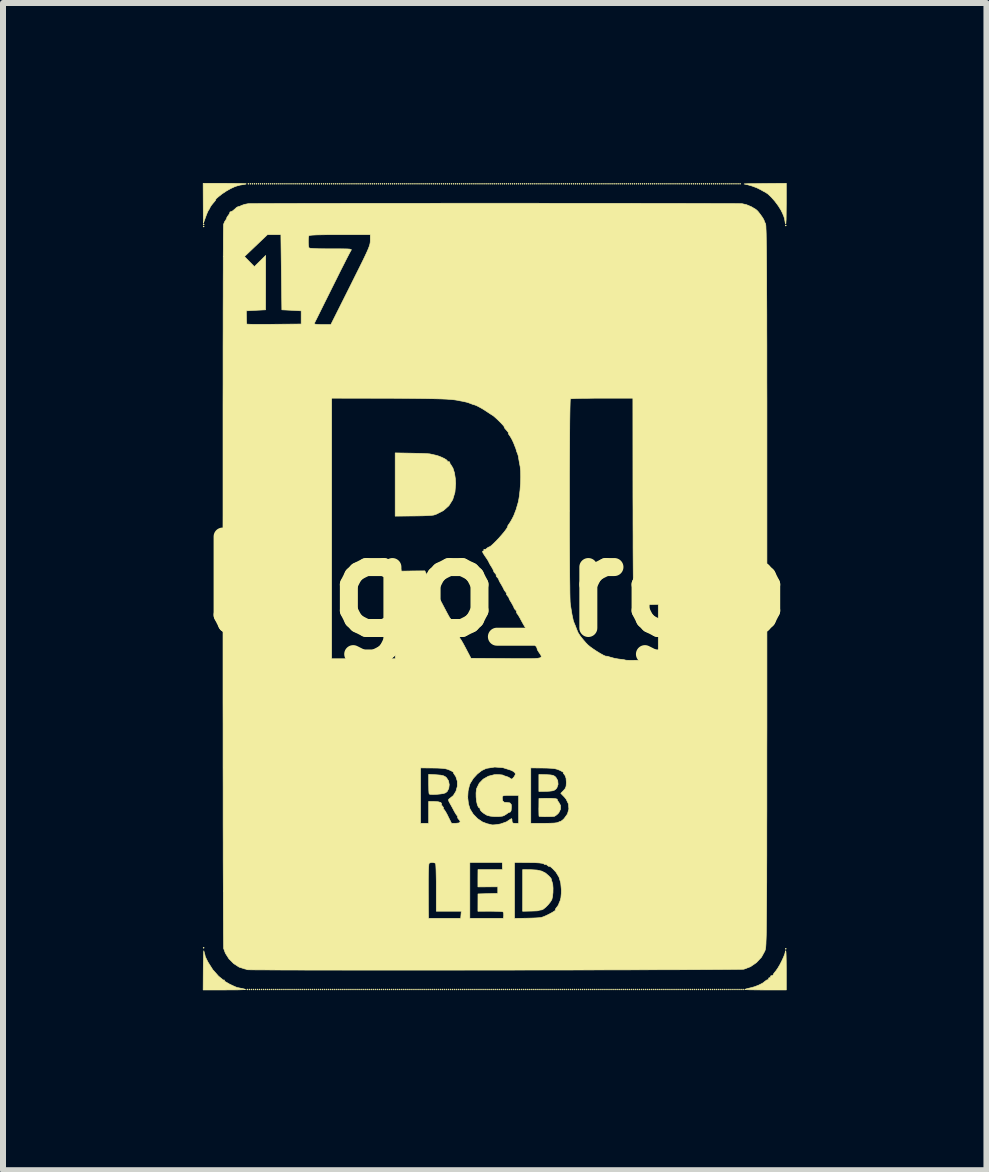
<source format=kicad_pcb>
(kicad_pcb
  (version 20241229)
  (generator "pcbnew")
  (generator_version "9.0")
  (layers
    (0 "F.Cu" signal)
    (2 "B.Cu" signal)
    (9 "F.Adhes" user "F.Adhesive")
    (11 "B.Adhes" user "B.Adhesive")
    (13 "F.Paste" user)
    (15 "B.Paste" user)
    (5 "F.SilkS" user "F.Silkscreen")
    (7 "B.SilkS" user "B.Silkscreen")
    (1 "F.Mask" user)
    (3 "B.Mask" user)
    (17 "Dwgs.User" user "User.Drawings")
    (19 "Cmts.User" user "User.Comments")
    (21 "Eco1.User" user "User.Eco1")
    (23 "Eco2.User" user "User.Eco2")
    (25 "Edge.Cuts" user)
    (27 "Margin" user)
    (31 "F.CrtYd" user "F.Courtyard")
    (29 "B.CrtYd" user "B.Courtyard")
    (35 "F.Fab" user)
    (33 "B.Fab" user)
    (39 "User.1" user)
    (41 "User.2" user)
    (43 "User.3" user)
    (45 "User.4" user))
  (footprint "logo_rgb"
    (layer "F.Cu")
    (at 5.196 6.728)
    (property "Reference" "logo_rgb" (at 0 0 0) (layer "F.SilkS") (effects (font (size 1.524 1.524) (thickness 0.3))))
    (attr through_hole)
    (fp_poly (pts (xy -4.843 -6.037) (xy -4.851 -6.028) (xy -4.86 -6.037) (xy -4.851 -6.045) (xy -4.843 -6.037)) (stroke (width 0.01) (type solid)) (fill yes) (layer "F.SilkS"))
    (fp_poly (pts (xy -4.843 -6.003) (xy -4.851 -5.994) (xy -4.86 -6.003) (xy -4.851 -6.011) (xy -4.843 -6.003)) (stroke (width 0.01) (type solid)) (fill yes) (layer "F.SilkS"))
    (fp_poly (pts (xy -4.843 6.02) (xy -4.851 6.028) (xy -4.86 6.02) (xy -4.851 6.011) (xy -4.843 6.02)) (stroke (width 0.01) (type solid)) (fill yes) (layer "F.SilkS"))
    (fp_poly (pts (xy -4.504 6.562) (xy -4.513 6.57) (xy -4.521 6.562) (xy -4.513 6.553) (xy -4.504 6.562)) (stroke (width 0.01) (type solid)) (fill yes) (layer "F.SilkS"))
    (fp_poly (pts (xy -4.115 6.714) (xy -4.123 6.723) (xy -4.132 6.714) (xy -4.123 6.706) (xy -4.115 6.714)) (stroke (width 0.01) (type solid)) (fill yes) (layer "F.SilkS"))
    (fp_poly (pts (xy -4.098 -6.714) (xy -4.106 -6.706) (xy -4.115 -6.714) (xy -4.106 -6.723) (xy -4.098 -6.714)) (stroke (width 0.01) (type solid)) (fill yes) (layer "F.SilkS"))
    (fp_poly (pts (xy -4.081 6.714) (xy -4.089 6.723) (xy -4.098 6.714) (xy -4.089 6.706) (xy -4.081 6.714)) (stroke (width 0.01) (type solid)) (fill yes) (layer "F.SilkS"))
    (fp_poly (pts (xy -4.064 -6.714) (xy -4.072 -6.706) (xy -4.081 -6.714) (xy -4.072 -6.723) (xy -4.064 -6.714)) (stroke (width 0.01) (type solid)) (fill yes) (layer "F.SilkS"))
    (fp_poly (pts (xy -4.047 6.714) (xy -4.056 6.723) (xy -4.064 6.714) (xy -4.056 6.706) (xy -4.047 6.714)) (stroke (width 0.01) (type solid)) (fill yes) (layer "F.SilkS"))
    (fp_poly (pts (xy -4.03 -6.714) (xy -4.039 -6.706) (xy -4.047 -6.714) (xy -4.039 -6.723) (xy -4.03 -6.714)) (stroke (width 0.01) (type solid)) (fill yes) (layer "F.SilkS"))
    (fp_poly (pts (xy -4.013 6.714) (xy -4.022 6.723) (xy -4.03 6.714) (xy -4.022 6.706) (xy -4.013 6.714)) (stroke (width 0.01) (type solid)) (fill yes) (layer "F.SilkS"))
    (fp_poly (pts (xy -3.996 -6.714) (xy -4.005 -6.706) (xy -4.013 -6.714) (xy -4.005 -6.723) (xy -3.996 -6.714)) (stroke (width 0.01) (type solid)) (fill yes) (layer "F.SilkS"))
    (fp_poly (pts (xy -3.979 6.714) (xy -3.988 6.723) (xy -3.996 6.714) (xy -3.988 6.706) (xy -3.979 6.714)) (stroke (width 0.01) (type solid)) (fill yes) (layer "F.SilkS"))
    (fp_poly (pts (xy -3.962 -6.714) (xy -3.971 -6.706) (xy -3.979 -6.714) (xy -3.971 -6.723) (xy -3.962 -6.714)) (stroke (width 0.01) (type solid)) (fill yes) (layer "F.SilkS"))
    (fp_poly (pts (xy -3.945 6.714) (xy -3.954 6.723) (xy -3.962 6.714) (xy -3.954 6.706) (xy -3.945 6.714)) (stroke (width 0.01) (type solid)) (fill yes) (layer "F.SilkS"))
    (fp_poly (pts (xy -3.929 -6.714) (xy -3.937 -6.706) (xy -3.945 -6.714) (xy -3.937 -6.723) (xy -3.929 -6.714)) (stroke (width 0.01) (type solid)) (fill yes) (layer "F.SilkS"))
    (fp_poly (pts (xy -3.912 6.714) (xy -3.92 6.723) (xy -3.929 6.714) (xy -3.92 6.706) (xy -3.912 6.714)) (stroke (width 0.01) (type solid)) (fill yes) (layer "F.SilkS"))
    (fp_poly (pts (xy -3.895 -6.714) (xy -3.903 -6.706) (xy -3.912 -6.714) (xy -3.903 -6.723) (xy -3.895 -6.714)) (stroke (width 0.01) (type solid)) (fill yes) (layer "F.SilkS"))
    (fp_poly (pts (xy -3.878 6.714) (xy -3.886 6.723) (xy -3.895 6.714) (xy -3.886 6.706) (xy -3.878 6.714)) (stroke (width 0.01) (type solid)) (fill yes) (layer "F.SilkS"))
    (fp_poly (pts (xy -3.861 -6.714) (xy -3.869 -6.706) (xy -3.878 -6.714) (xy -3.869 -6.723) (xy -3.861 -6.714)) (stroke (width 0.01) (type solid)) (fill yes) (layer "F.SilkS"))
    (fp_poly (pts (xy -3.844 6.714) (xy -3.852 6.723) (xy -3.861 6.714) (xy -3.852 6.706) (xy -3.844 6.714)) (stroke (width 0.01) (type solid)) (fill yes) (layer "F.SilkS"))
    (fp_poly (pts (xy -3.827 -6.714) (xy -3.835 -6.706) (xy -3.844 -6.714) (xy -3.835 -6.723) (xy -3.827 -6.714)) (stroke (width 0.01) (type solid)) (fill yes) (layer "F.SilkS"))
    (fp_poly (pts (xy -3.81 6.714) (xy -3.818 6.723) (xy -3.827 6.714) (xy -3.818 6.706) (xy -3.81 6.714)) (stroke (width 0.01) (type solid)) (fill yes) (layer "F.SilkS"))
    (fp_poly (pts (xy -3.793 -6.714) (xy -3.802 -6.706) (xy -3.81 -6.714) (xy -3.802 -6.723) (xy -3.793 -6.714)) (stroke (width 0.01) (type solid)) (fill yes) (layer "F.SilkS"))
    (fp_poly (pts (xy -3.776 6.714) (xy -3.785 6.723) (xy -3.793 6.714) (xy -3.785 6.706) (xy -3.776 6.714)) (stroke (width 0.01) (type solid)) (fill yes) (layer "F.SilkS"))
    (fp_poly (pts (xy -3.759 -6.714) (xy -3.768 -6.706) (xy -3.776 -6.714) (xy -3.768 -6.723) (xy -3.759 -6.714)) (stroke (width 0.01) (type solid)) (fill yes) (layer "F.SilkS"))
    (fp_poly (pts (xy -3.742 6.714) (xy -3.751 6.723) (xy -3.759 6.714) (xy -3.751 6.706) (xy -3.742 6.714)) (stroke (width 0.01) (type solid)) (fill yes) (layer "F.SilkS"))
    (fp_poly (pts (xy -3.725 -6.714) (xy -3.734 -6.706) (xy -3.742 -6.714) (xy -3.734 -6.723) (xy -3.725 -6.714)) (stroke (width 0.01) (type solid)) (fill yes) (layer "F.SilkS"))
    (fp_poly (pts (xy -3.708 6.714) (xy -3.717 6.723) (xy -3.725 6.714) (xy -3.717 6.706) (xy -3.708 6.714)) (stroke (width 0.01) (type solid)) (fill yes) (layer "F.SilkS"))
    (fp_poly (pts (xy -3.691 -6.714) (xy -3.7 -6.706) (xy -3.708 -6.714) (xy -3.7 -6.723) (xy -3.691 -6.714)) (stroke (width 0.01) (type solid)) (fill yes) (layer "F.SilkS"))
    (fp_poly (pts (xy -3.675 6.714) (xy -3.683 6.723) (xy -3.691 6.714) (xy -3.683 6.706) (xy -3.675 6.714)) (stroke (width 0.01) (type solid)) (fill yes) (layer "F.SilkS"))
    (fp_poly (pts (xy -3.658 -6.714) (xy -3.666 -6.706) (xy -3.675 -6.714) (xy -3.666 -6.723) (xy -3.658 -6.714)) (stroke (width 0.01) (type solid)) (fill yes) (layer "F.SilkS"))
    (fp_poly (pts (xy -3.641 6.714) (xy -3.649 6.723) (xy -3.658 6.714) (xy -3.649 6.706) (xy -3.641 6.714)) (stroke (width 0.01) (type solid)) (fill yes) (layer "F.SilkS"))
    (fp_poly (pts (xy -3.624 -6.714) (xy -3.632 -6.706) (xy -3.641 -6.714) (xy -3.632 -6.723) (xy -3.624 -6.714)) (stroke (width 0.01) (type solid)) (fill yes) (layer "F.SilkS"))
    (fp_poly (pts (xy -3.607 6.714) (xy -3.615 6.723) (xy -3.624 6.714) (xy -3.615 6.706) (xy -3.607 6.714)) (stroke (width 0.01) (type solid)) (fill yes) (layer "F.SilkS"))
    (fp_poly (pts (xy -3.59 -6.714) (xy -3.598 -6.706) (xy -3.607 -6.714) (xy -3.598 -6.723) (xy -3.59 -6.714)) (stroke (width 0.01) (type solid)) (fill yes) (layer "F.SilkS"))
    (fp_poly (pts (xy -3.573 6.714) (xy -3.581 6.723) (xy -3.59 6.714) (xy -3.581 6.706) (xy -3.573 6.714)) (stroke (width 0.01) (type solid)) (fill yes) (layer "F.SilkS"))
    (fp_poly (pts (xy -3.556 -6.714) (xy -3.564 -6.706) (xy -3.573 -6.714) (xy -3.564 -6.723) (xy -3.556 -6.714)) (stroke (width 0.01) (type solid)) (fill yes) (layer "F.SilkS"))
    (fp_poly (pts (xy -3.539 6.714) (xy -3.548 6.723) (xy -3.556 6.714) (xy -3.548 6.706) (xy -3.539 6.714)) (stroke (width 0.01) (type solid)) (fill yes) (layer "F.SilkS"))
    (fp_poly (pts (xy -3.522 -6.714) (xy -3.531 -6.706) (xy -3.539 -6.714) (xy -3.531 -6.723) (xy -3.522 -6.714)) (stroke (width 0.01) (type solid)) (fill yes) (layer "F.SilkS"))
    (fp_poly (pts (xy -3.505 6.714) (xy -3.514 6.723) (xy -3.522 6.714) (xy -3.514 6.706) (xy -3.505 6.714)) (stroke (width 0.01) (type solid)) (fill yes) (layer "F.SilkS"))
    (fp_poly (pts (xy -3.488 -6.714) (xy -3.497 -6.706) (xy -3.505 -6.714) (xy -3.497 -6.723) (xy -3.488 -6.714)) (stroke (width 0.01) (type solid)) (fill yes) (layer "F.SilkS"))
    (fp_poly (pts (xy -3.471 6.714) (xy -3.48 6.723) (xy -3.488 6.714) (xy -3.48 6.706) (xy -3.471 6.714)) (stroke (width 0.01) (type solid)) (fill yes) (layer "F.SilkS"))
    (fp_poly (pts (xy -3.454 -6.714) (xy -3.463 -6.706) (xy -3.471 -6.714) (xy -3.463 -6.723) (xy -3.454 -6.714)) (stroke (width 0.01) (type solid)) (fill yes) (layer "F.SilkS"))
    (fp_poly (pts (xy -3.437 6.714) (xy -3.446 6.723) (xy -3.454 6.714) (xy -3.446 6.706) (xy -3.437 6.714)) (stroke (width 0.01) (type solid)) (fill yes) (layer "F.SilkS"))
    (fp_poly (pts (xy -3.421 -6.714) (xy -3.429 -6.706) (xy -3.437 -6.714) (xy -3.429 -6.723) (xy -3.421 -6.714)) (stroke (width 0.01) (type solid)) (fill yes) (layer "F.SilkS"))
    (fp_poly (pts (xy -3.404 6.714) (xy -3.412 6.723) (xy -3.421 6.714) (xy -3.412 6.706) (xy -3.404 6.714)) (stroke (width 0.01) (type solid)) (fill yes) (layer "F.SilkS"))
    (fp_poly (pts (xy -3.387 -6.714) (xy -3.395 -6.706) (xy -3.404 -6.714) (xy -3.395 -6.723) (xy -3.387 -6.714)) (stroke (width 0.01) (type solid)) (fill yes) (layer "F.SilkS"))
    (fp_poly (pts (xy -3.37 6.714) (xy -3.378 6.723) (xy -3.387 6.714) (xy -3.378 6.706) (xy -3.37 6.714)) (stroke (width 0.01) (type solid)) (fill yes) (layer "F.SilkS"))
    (fp_poly (pts (xy -3.353 -6.714) (xy -3.361 -6.706) (xy -3.37 -6.714) (xy -3.361 -6.723) (xy -3.353 -6.714)) (stroke (width 0.01) (type solid)) (fill yes) (layer "F.SilkS"))
    (fp_poly (pts (xy -3.336 6.714) (xy -3.344 6.723) (xy -3.353 6.714) (xy -3.344 6.706) (xy -3.336 6.714)) (stroke (width 0.01) (type solid)) (fill yes) (layer "F.SilkS"))
    (fp_poly (pts (xy -3.319 -6.714) (xy -3.327 -6.706) (xy -3.336 -6.714) (xy -3.327 -6.723) (xy -3.319 -6.714)) (stroke (width 0.01) (type solid)) (fill yes) (layer "F.SilkS"))
    (fp_poly (pts (xy -3.302 6.714) (xy -3.31 6.723) (xy -3.319 6.714) (xy -3.31 6.706) (xy -3.302 6.714)) (stroke (width 0.01) (type solid)) (fill yes) (layer "F.SilkS"))
    (fp_poly (pts (xy -3.285 -6.714) (xy -3.294 -6.706) (xy -3.302 -6.714) (xy -3.294 -6.723) (xy -3.285 -6.714)) (stroke (width 0.01) (type solid)) (fill yes) (layer "F.SilkS"))
    (fp_poly (pts (xy -3.268 6.714) (xy -3.277 6.723) (xy -3.285 6.714) (xy -3.277 6.706) (xy -3.268 6.714)) (stroke (width 0.01) (type solid)) (fill yes) (layer "F.SilkS"))
    (fp_poly (pts (xy -3.251 -6.714) (xy -3.26 -6.706) (xy -3.268 -6.714) (xy -3.26 -6.723) (xy -3.251 -6.714)) (stroke (width 0.01) (type solid)) (fill yes) (layer "F.SilkS"))
    (fp_poly (pts (xy -3.234 6.714) (xy -3.243 6.723) (xy -3.251 6.714) (xy -3.243 6.706) (xy -3.234 6.714)) (stroke (width 0.01) (type solid)) (fill yes) (layer "F.SilkS"))
    (fp_poly (pts (xy -3.217 -6.714) (xy -3.226 -6.706) (xy -3.234 -6.714) (xy -3.226 -6.723) (xy -3.217 -6.714)) (stroke (width 0.01) (type solid)) (fill yes) (layer "F.SilkS"))
    (fp_poly (pts (xy -3.2 6.714) (xy -3.209 6.723) (xy -3.217 6.714) (xy -3.209 6.706) (xy -3.2 6.714)) (stroke (width 0.01) (type solid)) (fill yes) (layer "F.SilkS"))
    (fp_poly (pts (xy -3.183 -6.714) (xy -3.192 -6.706) (xy -3.2 -6.714) (xy -3.192 -6.723) (xy -3.183 -6.714)) (stroke (width 0.01) (type solid)) (fill yes) (layer "F.SilkS"))
    (fp_poly (pts (xy -3.167 6.714) (xy -3.175 6.723) (xy -3.183 6.714) (xy -3.175 6.706) (xy -3.167 6.714)) (stroke (width 0.01) (type solid)) (fill yes) (layer "F.SilkS"))
    (fp_poly (pts (xy -3.15 -6.714) (xy -3.158 -6.706) (xy -3.167 -6.714) (xy -3.158 -6.723) (xy -3.15 -6.714)) (stroke (width 0.01) (type solid)) (fill yes) (layer "F.SilkS"))
    (fp_poly (pts (xy -3.133 6.714) (xy -3.141 6.723) (xy -3.15 6.714) (xy -3.141 6.706) (xy -3.133 6.714)) (stroke (width 0.01) (type solid)) (fill yes) (layer "F.SilkS"))
    (fp_poly (pts (xy -3.116 -6.714) (xy -3.124 -6.706) (xy -3.133 -6.714) (xy -3.124 -6.723) (xy -3.116 -6.714)) (stroke (width 0.01) (type solid)) (fill yes) (layer "F.SilkS"))
    (fp_poly (pts (xy -3.099 6.714) (xy -3.107 6.723) (xy -3.116 6.714) (xy -3.107 6.706) (xy -3.099 6.714)) (stroke (width 0.01) (type solid)) (fill yes) (layer "F.SilkS"))
    (fp_poly (pts (xy -3.082 -6.714) (xy -3.09 -6.706) (xy -3.099 -6.714) (xy -3.09 -6.723) (xy -3.082 -6.714)) (stroke (width 0.01) (type solid)) (fill yes) (layer "F.SilkS"))
    (fp_poly (pts (xy -3.065 6.714) (xy -3.073 6.723) (xy -3.082 6.714) (xy -3.073 6.706) (xy -3.065 6.714)) (stroke (width 0.01) (type solid)) (fill yes) (layer "F.SilkS"))
    (fp_poly (pts (xy -3.048 -6.714) (xy -3.056 -6.706) (xy -3.065 -6.714) (xy -3.056 -6.723) (xy -3.048 -6.714)) (stroke (width 0.01) (type solid)) (fill yes) (layer "F.SilkS"))
    (fp_poly (pts (xy -3.031 6.714) (xy -3.04 6.723) (xy -3.048 6.714) (xy -3.04 6.706) (xy -3.031 6.714)) (stroke (width 0.01) (type solid)) (fill yes) (layer "F.SilkS"))
    (fp_poly (pts (xy -3.014 -6.714) (xy -3.023 -6.706) (xy -3.031 -6.714) (xy -3.023 -6.723) (xy -3.014 -6.714)) (stroke (width 0.01) (type solid)) (fill yes) (layer "F.SilkS"))
    (fp_poly (pts (xy -2.997 6.714) (xy -3.006 6.723) (xy -3.014 6.714) (xy -3.006 6.706) (xy -2.997 6.714)) (stroke (width 0.01) (type solid)) (fill yes) (layer "F.SilkS"))
    (fp_poly (pts (xy -2.98 -6.714) (xy -2.989 -6.706) (xy -2.997 -6.714) (xy -2.989 -6.723) (xy -2.98 -6.714)) (stroke (width 0.01) (type solid)) (fill yes) (layer "F.SilkS"))
    (fp_poly (pts (xy -2.963 6.714) (xy -2.972 6.723) (xy -2.98 6.714) (xy -2.972 6.706) (xy -2.963 6.714)) (stroke (width 0.01) (type solid)) (fill yes) (layer "F.SilkS"))
    (fp_poly (pts (xy -2.946 -6.714) (xy -2.955 -6.706) (xy -2.963 -6.714) (xy -2.955 -6.723) (xy -2.946 -6.714)) (stroke (width 0.01) (type solid)) (fill yes) (layer "F.SilkS"))
    (fp_poly (pts (xy -2.929 6.714) (xy -2.938 6.723) (xy -2.946 6.714) (xy -2.938 6.706) (xy -2.929 6.714)) (stroke (width 0.01) (type solid)) (fill yes) (layer "F.SilkS"))
    (fp_poly (pts (xy -2.913 -6.714) (xy -2.921 -6.706) (xy -2.929 -6.714) (xy -2.921 -6.723) (xy -2.913 -6.714)) (stroke (width 0.01) (type solid)) (fill yes) (layer "F.SilkS"))
    (fp_poly (pts (xy -2.896 6.714) (xy -2.904 6.723) (xy -2.913 6.714) (xy -2.904 6.706) (xy -2.896 6.714)) (stroke (width 0.01) (type solid)) (fill yes) (layer "F.SilkS"))
    (fp_poly (pts (xy -2.879 -6.714) (xy -2.887 -6.706) (xy -2.896 -6.714) (xy -2.887 -6.723) (xy -2.879 -6.714)) (stroke (width 0.01) (type solid)) (fill yes) (layer "F.SilkS"))
    (fp_poly (pts (xy -2.862 6.714) (xy -2.87 6.723) (xy -2.879 6.714) (xy -2.87 6.706) (xy -2.862 6.714)) (stroke (width 0.01) (type solid)) (fill yes) (layer "F.SilkS"))
    (fp_poly (pts (xy -2.845 -6.714) (xy -2.853 -6.706) (xy -2.862 -6.714) (xy -2.853 -6.723) (xy -2.845 -6.714)) (stroke (width 0.01) (type solid)) (fill yes) (layer "F.SilkS"))
    (fp_poly (pts (xy -2.828 6.714) (xy -2.836 6.723) (xy -2.845 6.714) (xy -2.836 6.706) (xy -2.828 6.714)) (stroke (width 0.01) (type solid)) (fill yes) (layer "F.SilkS"))
    (fp_poly (pts (xy -2.811 -6.714) (xy -2.819 -6.706) (xy -2.828 -6.714) (xy -2.819 -6.723) (xy -2.811 -6.714)) (stroke (width 0.01) (type solid)) (fill yes) (layer "F.SilkS"))
    (fp_poly (pts (xy -2.794 6.714) (xy -2.802 6.723) (xy -2.811 6.714) (xy -2.802 6.706) (xy -2.794 6.714)) (stroke (width 0.01) (type solid)) (fill yes) (layer "F.SilkS"))
    (fp_poly (pts (xy -2.777 -6.714) (xy -2.786 -6.706) (xy -2.794 -6.714) (xy -2.786 -6.723) (xy -2.777 -6.714)) (stroke (width 0.01) (type solid)) (fill yes) (layer "F.SilkS"))
    (fp_poly (pts (xy -2.76 6.714) (xy -2.769 6.723) (xy -2.777 6.714) (xy -2.769 6.706) (xy -2.76 6.714)) (stroke (width 0.01) (type solid)) (fill yes) (layer "F.SilkS"))
    (fp_poly (pts (xy -2.743 -6.714) (xy -2.752 -6.706) (xy -2.76 -6.714) (xy -2.752 -6.723) (xy -2.743 -6.714)) (stroke (width 0.01) (type solid)) (fill yes) (layer "F.SilkS"))
    (fp_poly (pts (xy -2.726 6.714) (xy -2.735 6.723) (xy -2.743 6.714) (xy -2.735 6.706) (xy -2.726 6.714)) (stroke (width 0.01) (type solid)) (fill yes) (layer "F.SilkS"))
    (fp_poly (pts (xy -2.709 -6.714) (xy -2.718 -6.706) (xy -2.726 -6.714) (xy -2.718 -6.723) (xy -2.709 -6.714)) (stroke (width 0.01) (type solid)) (fill yes) (layer "F.SilkS"))
    (fp_poly (pts (xy -2.692 6.714) (xy -2.701 6.723) (xy -2.709 6.714) (xy -2.701 6.706) (xy -2.692 6.714)) (stroke (width 0.01) (type solid)) (fill yes) (layer "F.SilkS"))
    (fp_poly (pts (xy -2.675 -6.714) (xy -2.684 -6.706) (xy -2.692 -6.714) (xy -2.684 -6.723) (xy -2.675 -6.714)) (stroke (width 0.01) (type solid)) (fill yes) (layer "F.SilkS"))
    (fp_poly (pts (xy -2.659 6.714) (xy -2.667 6.723) (xy -2.675 6.714) (xy -2.667 6.706) (xy -2.659 6.714)) (stroke (width 0.01) (type solid)) (fill yes) (layer "F.SilkS"))
    (fp_poly (pts (xy -2.642 -6.714) (xy -2.65 -6.706) (xy -2.659 -6.714) (xy -2.65 -6.723) (xy -2.642 -6.714)) (stroke (width 0.01) (type solid)) (fill yes) (layer "F.SilkS"))
    (fp_poly (pts (xy -2.625 6.714) (xy -2.633 6.723) (xy -2.642 6.714) (xy -2.633 6.706) (xy -2.625 6.714)) (stroke (width 0.01) (type solid)) (fill yes) (layer "F.SilkS"))
    (fp_poly (pts (xy -2.608 -6.714) (xy -2.616 -6.706) (xy -2.625 -6.714) (xy -2.616 -6.723) (xy -2.608 -6.714)) (stroke (width 0.01) (type solid)) (fill yes) (layer "F.SilkS"))
    (fp_poly (pts (xy -2.591 6.714) (xy -2.599 6.723) (xy -2.608 6.714) (xy -2.599 6.706) (xy -2.591 6.714)) (stroke (width 0.01) (type solid)) (fill yes) (layer "F.SilkS"))
    (fp_poly (pts (xy -2.574 -6.714) (xy -2.582 -6.706) (xy -2.591 -6.714) (xy -2.582 -6.723) (xy -2.574 -6.714)) (stroke (width 0.01) (type solid)) (fill yes) (layer "F.SilkS"))
    (fp_poly (pts (xy -2.557 6.714) (xy -2.565 6.723) (xy -2.574 6.714) (xy -2.565 6.706) (xy -2.557 6.714)) (stroke (width 0.01) (type solid)) (fill yes) (layer "F.SilkS"))
    (fp_poly (pts (xy -2.54 -6.714) (xy -2.548 -6.706) (xy -2.557 -6.714) (xy -2.548 -6.723) (xy -2.54 -6.714)) (stroke (width 0.01) (type solid)) (fill yes) (layer "F.SilkS"))
    (fp_poly (pts (xy -2.523 6.714) (xy -2.532 6.723) (xy -2.54 6.714) (xy -2.532 6.706) (xy -2.523 6.714)) (stroke (width 0.01) (type solid)) (fill yes) (layer "F.SilkS"))
    (fp_poly (pts (xy -2.506 -6.714) (xy -2.515 -6.706) (xy -2.523 -6.714) (xy -2.515 -6.723) (xy -2.506 -6.714)) (stroke (width 0.01) (type solid)) (fill yes) (layer "F.SilkS"))
    (fp_poly (pts (xy -2.489 6.714) (xy -2.498 6.723) (xy -2.506 6.714) (xy -2.498 6.706) (xy -2.489 6.714)) (stroke (width 0.01) (type solid)) (fill yes) (layer "F.SilkS"))
    (fp_poly (pts (xy -2.472 -6.714) (xy -2.481 -6.706) (xy -2.489 -6.714) (xy -2.481 -6.723) (xy -2.472 -6.714)) (stroke (width 0.01) (type solid)) (fill yes) (layer "F.SilkS"))
    (fp_poly (pts (xy -2.455 6.714) (xy -2.464 6.723) (xy -2.472 6.714) (xy -2.464 6.706) (xy -2.455 6.714)) (stroke (width 0.01) (type solid)) (fill yes) (layer "F.SilkS"))
    (fp_poly (pts (xy -2.438 -6.714) (xy -2.447 -6.706) (xy -2.455 -6.714) (xy -2.447 -6.723) (xy -2.438 -6.714)) (stroke (width 0.01) (type solid)) (fill yes) (layer "F.SilkS"))
    (fp_poly (pts (xy -2.421 6.714) (xy -2.43 6.723) (xy -2.438 6.714) (xy -2.43 6.706) (xy -2.421 6.714)) (stroke (width 0.01) (type solid)) (fill yes) (layer "F.SilkS"))
    (fp_poly (pts (xy -2.405 -6.714) (xy -2.413 -6.706) (xy -2.421 -6.714) (xy -2.413 -6.723) (xy -2.405 -6.714)) (stroke (width 0.01) (type solid)) (fill yes) (layer "F.SilkS"))
    (fp_poly (pts (xy -2.388 6.714) (xy -2.396 6.723) (xy -2.405 6.714) (xy -2.396 6.706) (xy -2.388 6.714)) (stroke (width 0.01) (type solid)) (fill yes) (layer "F.SilkS"))
    (fp_poly (pts (xy -2.371 -6.714) (xy -2.379 -6.706) (xy -2.388 -6.714) (xy -2.379 -6.723) (xy -2.371 -6.714)) (stroke (width 0.01) (type solid)) (fill yes) (layer "F.SilkS"))
    (fp_poly (pts (xy -2.354 6.714) (xy -2.362 6.723) (xy -2.371 6.714) (xy -2.362 6.706) (xy -2.354 6.714)) (stroke (width 0.01) (type solid)) (fill yes) (layer "F.SilkS"))
    (fp_poly (pts (xy -2.337 -6.714) (xy -2.345 -6.706) (xy -2.354 -6.714) (xy -2.345 -6.723) (xy -2.337 -6.714)) (stroke (width 0.01) (type solid)) (fill yes) (layer "F.SilkS"))
    (fp_poly (pts (xy -2.32 6.714) (xy -2.328 6.723) (xy -2.337 6.714) (xy -2.328 6.706) (xy -2.32 6.714)) (stroke (width 0.01) (type solid)) (fill yes) (layer "F.SilkS"))
    (fp_poly (pts (xy -2.303 -6.714) (xy -2.311 -6.706) (xy -2.32 -6.714) (xy -2.311 -6.723) (xy -2.303 -6.714)) (stroke (width 0.01) (type solid)) (fill yes) (layer "F.SilkS"))
    (fp_poly (pts (xy -2.286 6.714) (xy -2.294 6.723) (xy -2.303 6.714) (xy -2.294 6.706) (xy -2.286 6.714)) (stroke (width 0.01) (type solid)) (fill yes) (layer "F.SilkS"))
    (fp_poly (pts (xy -2.269 -6.714) (xy -2.278 -6.706) (xy -2.286 -6.714) (xy -2.278 -6.723) (xy -2.269 -6.714)) (stroke (width 0.01) (type solid)) (fill yes) (layer "F.SilkS"))
    (fp_poly (pts (xy -2.252 6.714) (xy -2.261 6.723) (xy -2.269 6.714) (xy -2.261 6.706) (xy -2.252 6.714)) (stroke (width 0.01) (type solid)) (fill yes) (layer "F.SilkS"))
    (fp_poly (pts (xy -2.235 -6.714) (xy -2.244 -6.706) (xy -2.252 -6.714) (xy -2.244 -6.723) (xy -2.235 -6.714)) (stroke (width 0.01) (type solid)) (fill yes) (layer "F.SilkS"))
    (fp_poly (pts (xy -2.218 6.714) (xy -2.227 6.723) (xy -2.235 6.714) (xy -2.227 6.706) (xy -2.218 6.714)) (stroke (width 0.01) (type solid)) (fill yes) (layer "F.SilkS"))
    (fp_poly (pts (xy -2.201 -6.714) (xy -2.21 -6.706) (xy -2.218 -6.714) (xy -2.21 -6.723) (xy -2.201 -6.714)) (stroke (width 0.01) (type solid)) (fill yes) (layer "F.SilkS"))
    (fp_poly (pts (xy -2.184 6.714) (xy -2.193 6.723) (xy -2.201 6.714) (xy -2.193 6.706) (xy -2.184 6.714)) (stroke (width 0.01) (type solid)) (fill yes) (layer "F.SilkS"))
    (fp_poly (pts (xy -2.167 -6.714) (xy -2.176 -6.706) (xy -2.184 -6.714) (xy -2.176 -6.723) (xy -2.167 -6.714)) (stroke (width 0.01) (type solid)) (fill yes) (layer "F.SilkS"))
    (fp_poly (pts (xy -2.151 6.714) (xy -2.159 6.723) (xy -2.167 6.714) (xy -2.159 6.706) (xy -2.151 6.714)) (stroke (width 0.01) (type solid)) (fill yes) (layer "F.SilkS"))
    (fp_poly (pts (xy -2.134 -6.714) (xy -2.142 -6.706) (xy -2.151 -6.714) (xy -2.142 -6.723) (xy -2.134 -6.714)) (stroke (width 0.01) (type solid)) (fill yes) (layer "F.SilkS"))
    (fp_poly (pts (xy -2.117 6.714) (xy -2.125 6.723) (xy -2.134 6.714) (xy -2.125 6.706) (xy -2.117 6.714)) (stroke (width 0.01) (type solid)) (fill yes) (layer "F.SilkS"))
    (fp_poly (pts (xy -2.1 -6.714) (xy -2.108 -6.706) (xy -2.117 -6.714) (xy -2.108 -6.723) (xy -2.1 -6.714)) (stroke (width 0.01) (type solid)) (fill yes) (layer "F.SilkS"))
    (fp_poly (pts (xy -2.083 6.714) (xy -2.091 6.723) (xy -2.1 6.714) (xy -2.091 6.706) (xy -2.083 6.714)) (stroke (width 0.01) (type solid)) (fill yes) (layer "F.SilkS"))
    (fp_poly (pts (xy -2.066 -6.714) (xy -2.074 -6.706) (xy -2.083 -6.714) (xy -2.074 -6.723) (xy -2.066 -6.714)) (stroke (width 0.01) (type solid)) (fill yes) (layer "F.SilkS"))
    (fp_poly (pts (xy -2.049 6.714) (xy -2.057 6.723) (xy -2.066 6.714) (xy -2.057 6.706) (xy -2.049 6.714)) (stroke (width 0.01) (type solid)) (fill yes) (layer "F.SilkS"))
    (fp_poly (pts (xy -2.032 -6.714) (xy -2.04 -6.706) (xy -2.049 -6.714) (xy -2.04 -6.723) (xy -2.032 -6.714)) (stroke (width 0.01) (type solid)) (fill yes) (layer "F.SilkS"))
    (fp_poly (pts (xy -2.015 6.714) (xy -2.024 6.723) (xy -2.032 6.714) (xy -2.024 6.706) (xy -2.015 6.714)) (stroke (width 0.01) (type solid)) (fill yes) (layer "F.SilkS"))
    (fp_poly (pts (xy -1.998 -6.714) (xy -2.007 -6.706) (xy -2.015 -6.714) (xy -2.007 -6.723) (xy -1.998 -6.714)) (stroke (width 0.01) (type solid)) (fill yes) (layer "F.SilkS"))
    (fp_poly (pts (xy -1.981 6.714) (xy -1.99 6.723) (xy -1.998 6.714) (xy -1.99 6.706) (xy -1.981 6.714)) (stroke (width 0.01) (type solid)) (fill yes) (layer "F.SilkS"))
    (fp_poly (pts (xy -1.964 -6.714) (xy -1.973 -6.706) (xy -1.981 -6.714) (xy -1.973 -6.723) (xy -1.964 -6.714)) (stroke (width 0.01) (type solid)) (fill yes) (layer "F.SilkS"))
    (fp_poly (pts (xy -1.947 6.714) (xy -1.956 6.723) (xy -1.964 6.714) (xy -1.956 6.706) (xy -1.947 6.714)) (stroke (width 0.01) (type solid)) (fill yes) (layer "F.SilkS"))
    (fp_poly (pts (xy -1.93 -6.714) (xy -1.939 -6.706) (xy -1.947 -6.714) (xy -1.939 -6.723) (xy -1.93 -6.714)) (stroke (width 0.01) (type solid)) (fill yes) (layer "F.SilkS"))
    (fp_poly (pts (xy -1.913 6.714) (xy -1.922 6.723) (xy -1.93 6.714) (xy -1.922 6.706) (xy -1.913 6.714)) (stroke (width 0.01) (type solid)) (fill yes) (layer "F.SilkS"))
    (fp_poly (pts (xy -1.897 -6.714) (xy -1.905 -6.706) (xy -1.913 -6.714) (xy -1.905 -6.723) (xy -1.897 -6.714)) (stroke (width 0.01) (type solid)) (fill yes) (layer "F.SilkS"))
    (fp_poly (pts (xy -1.88 6.714) (xy -1.888 6.723) (xy -1.897 6.714) (xy -1.888 6.706) (xy -1.88 6.714)) (stroke (width 0.01) (type solid)) (fill yes) (layer "F.SilkS"))
    (fp_poly (pts (xy -1.863 -6.714) (xy -1.871 -6.706) (xy -1.88 -6.714) (xy -1.871 -6.723) (xy -1.863 -6.714)) (stroke (width 0.01) (type solid)) (fill yes) (layer "F.SilkS"))
    (fp_poly (pts (xy -1.846 6.714) (xy -1.854 6.723) (xy -1.863 6.714) (xy -1.854 6.706) (xy -1.846 6.714)) (stroke (width 0.01) (type solid)) (fill yes) (layer "F.SilkS"))
    (fp_poly (pts (xy -1.829 -6.714) (xy -1.837 -6.706) (xy -1.846 -6.714) (xy -1.837 -6.723) (xy -1.829 -6.714)) (stroke (width 0.01) (type solid)) (fill yes) (layer "F.SilkS"))
    (fp_poly (pts (xy -1.812 6.714) (xy -1.82 6.723) (xy -1.829 6.714) (xy -1.82 6.706) (xy -1.812 6.714)) (stroke (width 0.01) (type solid)) (fill yes) (layer "F.SilkS"))
    (fp_poly (pts (xy -1.795 -6.714) (xy -1.803 -6.706) (xy -1.812 -6.714) (xy -1.803 -6.723) (xy -1.795 -6.714)) (stroke (width 0.01) (type solid)) (fill yes) (layer "F.SilkS"))
    (fp_poly (pts (xy -1.778 6.714) (xy -1.786 6.723) (xy -1.795 6.714) (xy -1.786 6.706) (xy -1.778 6.714)) (stroke (width 0.01) (type solid)) (fill yes) (layer "F.SilkS"))
    (fp_poly (pts (xy -1.761 -6.714) (xy -1.77 -6.706) (xy -1.778 -6.714) (xy -1.77 -6.723) (xy -1.761 -6.714)) (stroke (width 0.01) (type solid)) (fill yes) (layer "F.SilkS"))
    (fp_poly (pts (xy -1.744 6.714) (xy -1.753 6.723) (xy -1.761 6.714) (xy -1.753 6.706) (xy -1.744 6.714)) (stroke (width 0.01) (type solid)) (fill yes) (layer "F.SilkS"))
    (fp_poly (pts (xy -1.727 -6.714) (xy -1.736 -6.706) (xy -1.744 -6.714) (xy -1.736 -6.723) (xy -1.727 -6.714)) (stroke (width 0.01) (type solid)) (fill yes) (layer "F.SilkS"))
    (fp_poly (pts (xy -1.71 6.714) (xy -1.719 6.723) (xy -1.727 6.714) (xy -1.719 6.706) (xy -1.71 6.714)) (stroke (width 0.01) (type solid)) (fill yes) (layer "F.SilkS"))
    (fp_poly (pts (xy -1.693 -6.714) (xy -1.702 -6.706) (xy -1.71 -6.714) (xy -1.702 -6.723) (xy -1.693 -6.714)) (stroke (width 0.01) (type solid)) (fill yes) (layer "F.SilkS"))
    (fp_poly (pts (xy -1.676 6.714) (xy -1.685 6.723) (xy -1.693 6.714) (xy -1.685 6.706) (xy -1.676 6.714)) (stroke (width 0.01) (type solid)) (fill yes) (layer "F.SilkS"))
    (fp_poly (pts (xy -1.659 -6.714) (xy -1.668 -6.706) (xy -1.676 -6.714) (xy -1.668 -6.723) (xy -1.659 -6.714)) (stroke (width 0.01) (type solid)) (fill yes) (layer "F.SilkS"))
    (fp_poly (pts (xy -1.643 6.714) (xy -1.651 6.723) (xy -1.659 6.714) (xy -1.651 6.706) (xy -1.643 6.714)) (stroke (width 0.01) (type solid)) (fill yes) (layer "F.SilkS"))
    (fp_poly (pts (xy -1.626 -6.714) (xy -1.634 -6.706) (xy -1.643 -6.714) (xy -1.634 -6.723) (xy -1.626 -6.714)) (stroke (width 0.01) (type solid)) (fill yes) (layer "F.SilkS"))
    (fp_poly (pts (xy -1.609 6.714) (xy -1.617 6.723) (xy -1.626 6.714) (xy -1.617 6.706) (xy -1.609 6.714)) (stroke (width 0.01) (type solid)) (fill yes) (layer "F.SilkS"))
    (fp_poly (pts (xy -1.592 -6.714) (xy -1.6 -6.706) (xy -1.609 -6.714) (xy -1.6 -6.723) (xy -1.592 -6.714)) (stroke (width 0.01) (type solid)) (fill yes) (layer "F.SilkS"))
    (fp_poly (pts (xy -1.575 6.714) (xy -1.583 6.723) (xy -1.592 6.714) (xy -1.583 6.706) (xy -1.575 6.714)) (stroke (width 0.01) (type solid)) (fill yes) (layer "F.SilkS"))
    (fp_poly (pts (xy -1.558 -6.714) (xy -1.566 -6.706) (xy -1.575 -6.714) (xy -1.566 -6.723) (xy -1.558 -6.714)) (stroke (width 0.01) (type solid)) (fill yes) (layer "F.SilkS"))
    (fp_poly (pts (xy -1.541 6.714) (xy -1.549 6.723) (xy -1.558 6.714) (xy -1.549 6.706) (xy -1.541 6.714)) (stroke (width 0.01) (type solid)) (fill yes) (layer "F.SilkS"))
    (fp_poly (pts (xy -1.524 -6.714) (xy -1.532 -6.706) (xy -1.541 -6.714) (xy -1.532 -6.723) (xy -1.524 -6.714)) (stroke (width 0.01) (type solid)) (fill yes) (layer "F.SilkS"))
    (fp_poly (pts (xy -1.507 6.714) (xy -1.516 6.723) (xy -1.524 6.714) (xy -1.516 6.706) (xy -1.507 6.714)) (stroke (width 0.01) (type solid)) (fill yes) (layer "F.SilkS"))
    (fp_poly (pts (xy -1.49 -6.714) (xy -1.499 -6.706) (xy -1.507 -6.714) (xy -1.499 -6.723) (xy -1.49 -6.714)) (stroke (width 0.01) (type solid)) (fill yes) (layer "F.SilkS"))
    (fp_poly (pts (xy -1.473 6.714) (xy -1.482 6.723) (xy -1.49 6.714) (xy -1.482 6.706) (xy -1.473 6.714)) (stroke (width 0.01) (type solid)) (fill yes) (layer "F.SilkS"))
    (fp_poly (pts (xy -1.456 -6.714) (xy -1.465 -6.706) (xy -1.473 -6.714) (xy -1.465 -6.723) (xy -1.456 -6.714)) (stroke (width 0.01) (type solid)) (fill yes) (layer "F.SilkS"))
    (fp_poly (pts (xy -1.439 6.714) (xy -1.448 6.723) (xy -1.456 6.714) (xy -1.448 6.706) (xy -1.439 6.714)) (stroke (width 0.01) (type solid)) (fill yes) (layer "F.SilkS"))
    (fp_poly (pts (xy -1.422 -6.714) (xy -1.431 -6.706) (xy -1.439 -6.714) (xy -1.431 -6.723) (xy -1.422 -6.714)) (stroke (width 0.01) (type solid)) (fill yes) (layer "F.SilkS"))
    (fp_poly (pts (xy -1.405 6.714) (xy -1.414 6.723) (xy -1.422 6.714) (xy -1.414 6.706) (xy -1.405 6.714)) (stroke (width 0.01) (type solid)) (fill yes) (layer "F.SilkS"))
    (fp_poly (pts (xy -1.389 -6.714) (xy -1.397 -6.706) (xy -1.405 -6.714) (xy -1.397 -6.723) (xy -1.389 -6.714)) (stroke (width 0.01) (type solid)) (fill yes) (layer "F.SilkS"))
    (fp_poly (pts (xy -1.372 6.714) (xy -1.38 6.723) (xy -1.389 6.714) (xy -1.38 6.706) (xy -1.372 6.714)) (stroke (width 0.01) (type solid)) (fill yes) (layer "F.SilkS"))
    (fp_poly (pts (xy -1.355 -6.714) (xy -1.363 -6.706) (xy -1.372 -6.714) (xy -1.363 -6.723) (xy -1.355 -6.714)) (stroke (width 0.01) (type solid)) (fill yes) (layer "F.SilkS"))
    (fp_poly (pts (xy -1.338 6.714) (xy -1.346 6.723) (xy -1.355 6.714) (xy -1.346 6.706) (xy -1.338 6.714)) (stroke (width 0.01) (type solid)) (fill yes) (layer "F.SilkS"))
    (fp_poly (pts (xy -1.321 -6.714) (xy -1.329 -6.706) (xy -1.338 -6.714) (xy -1.329 -6.723) (xy -1.321 -6.714)) (stroke (width 0.01) (type solid)) (fill yes) (layer "F.SilkS"))
    (fp_poly (pts (xy -1.304 6.714) (xy -1.312 6.723) (xy -1.321 6.714) (xy -1.312 6.706) (xy -1.304 6.714)) (stroke (width 0.01) (type solid)) (fill yes) (layer "F.SilkS"))
    (fp_poly (pts (xy -1.287 -6.714) (xy -1.295 -6.706) (xy -1.304 -6.714) (xy -1.295 -6.723) (xy -1.287 -6.714)) (stroke (width 0.01) (type solid)) (fill yes) (layer "F.SilkS"))
    (fp_poly (pts (xy -1.27 6.714) (xy -1.278 6.723) (xy -1.287 6.714) (xy -1.278 6.706) (xy -1.27 6.714)) (stroke (width 0.01) (type solid)) (fill yes) (layer "F.SilkS"))
    (fp_poly (pts (xy -1.253 -6.714) (xy -1.262 -6.706) (xy -1.27 -6.714) (xy -1.262 -6.723) (xy -1.253 -6.714)) (stroke (width 0.01) (type solid)) (fill yes) (layer "F.SilkS"))
    (fp_poly (pts (xy -1.236 6.714) (xy -1.245 6.723) (xy -1.253 6.714) (xy -1.245 6.706) (xy -1.236 6.714)) (stroke (width 0.01) (type solid)) (fill yes) (layer "F.SilkS"))
    (fp_poly (pts (xy -1.219 -6.714) (xy -1.228 -6.706) (xy -1.236 -6.714) (xy -1.228 -6.723) (xy -1.219 -6.714)) (stroke (width 0.01) (type solid)) (fill yes) (layer "F.SilkS"))
    (fp_poly (pts (xy -1.202 6.714) (xy -1.211 6.723) (xy -1.219 6.714) (xy -1.211 6.706) (xy -1.202 6.714)) (stroke (width 0.01) (type solid)) (fill yes) (layer "F.SilkS"))
    (fp_poly (pts (xy -1.185 -6.714) (xy -1.194 -6.706) (xy -1.202 -6.714) (xy -1.194 -6.723) (xy -1.185 -6.714)) (stroke (width 0.01) (type solid)) (fill yes) (layer "F.SilkS"))
    (fp_poly (pts (xy -1.168 6.714) (xy -1.177 6.723) (xy -1.185 6.714) (xy -1.177 6.706) (xy -1.168 6.714)) (stroke (width 0.01) (type solid)) (fill yes) (layer "F.SilkS"))
    (fp_poly (pts (xy -1.151 -6.714) (xy -1.16 -6.706) (xy -1.168 -6.714) (xy -1.16 -6.723) (xy -1.151 -6.714)) (stroke (width 0.01) (type solid)) (fill yes) (layer "F.SilkS"))
    (fp_poly (pts (xy -1.135 6.714) (xy -1.143 6.723) (xy -1.151 6.714) (xy -1.143 6.706) (xy -1.135 6.714)) (stroke (width 0.01) (type solid)) (fill yes) (layer "F.SilkS"))
    (fp_poly (pts (xy -1.118 -6.714) (xy -1.126 -6.706) (xy -1.135 -6.714) (xy -1.126 -6.723) (xy -1.118 -6.714)) (stroke (width 0.01) (type solid)) (fill yes) (layer "F.SilkS"))
    (fp_poly (pts (xy -1.101 6.714) (xy -1.109 6.723) (xy -1.118 6.714) (xy -1.109 6.706) (xy -1.101 6.714)) (stroke (width 0.01) (type solid)) (fill yes) (layer "F.SilkS"))
    (fp_poly (pts (xy -1.084 -6.714) (xy -1.092 -6.706) (xy -1.101 -6.714) (xy -1.092 -6.723) (xy -1.084 -6.714)) (stroke (width 0.01) (type solid)) (fill yes) (layer "F.SilkS"))
    (fp_poly (pts (xy -1.067 6.714) (xy -1.075 6.723) (xy -1.084 6.714) (xy -1.075 6.706) (xy -1.067 6.714)) (stroke (width 0.01) (type solid)) (fill yes) (layer "F.SilkS"))
    (fp_poly (pts (xy -1.05 -6.714) (xy -1.058 -6.706) (xy -1.067 -6.714) (xy -1.058 -6.723) (xy -1.05 -6.714)) (stroke (width 0.01) (type solid)) (fill yes) (layer "F.SilkS"))
    (fp_poly (pts (xy -1.033 6.714) (xy -1.041 6.723) (xy -1.05 6.714) (xy -1.041 6.706) (xy -1.033 6.714)) (stroke (width 0.01) (type solid)) (fill yes) (layer "F.SilkS"))
    (fp_poly (pts (xy -1.016 -6.714) (xy -1.024 -6.706) (xy -1.033 -6.714) (xy -1.024 -6.723) (xy -1.016 -6.714)) (stroke (width 0.01) (type solid)) (fill yes) (layer "F.SilkS"))
    (fp_poly (pts (xy -0.999 6.714) (xy -1.008 6.723) (xy -1.016 6.714) (xy -1.008 6.706) (xy -0.999 6.714)) (stroke (width 0.01) (type solid)) (fill yes) (layer "F.SilkS"))
    (fp_poly (pts (xy -0.982 -6.714) (xy -0.991 -6.706) (xy -0.999 -6.714) (xy -0.991 -6.723) (xy -0.982 -6.714)) (stroke (width 0.01) (type solid)) (fill yes) (layer "F.SilkS"))
    (fp_poly (pts (xy -0.965 6.714) (xy -0.974 6.723) (xy -0.982 6.714) (xy -0.974 6.706) (xy -0.965 6.714)) (stroke (width 0.01) (type solid)) (fill yes) (layer "F.SilkS"))
    (fp_poly (pts (xy -0.948 -6.714) (xy -0.957 -6.706) (xy -0.965 -6.714) (xy -0.957 -6.723) (xy -0.948 -6.714)) (stroke (width 0.01) (type solid)) (fill yes) (layer "F.SilkS"))
    (fp_poly (pts (xy -0.931 6.714) (xy -0.94 6.723) (xy -0.948 6.714) (xy -0.94 6.706) (xy -0.931 6.714)) (stroke (width 0.01) (type solid)) (fill yes) (layer "F.SilkS"))
    (fp_poly (pts (xy -0.914 -6.714) (xy -0.923 -6.706) (xy -0.931 -6.714) (xy -0.923 -6.723) (xy -0.914 -6.714)) (stroke (width 0.01) (type solid)) (fill yes) (layer "F.SilkS"))
    (fp_poly (pts (xy -0.897 6.714) (xy -0.906 6.723) (xy -0.914 6.714) (xy -0.906 6.706) (xy -0.897 6.714)) (stroke (width 0.01) (type solid)) (fill yes) (layer "F.SilkS"))
    (fp_poly (pts (xy -0.881 -6.714) (xy -0.889 -6.706) (xy -0.897 -6.714) (xy -0.889 -6.723) (xy -0.881 -6.714)) (stroke (width 0.01) (type solid)) (fill yes) (layer "F.SilkS"))
    (fp_poly (pts (xy -0.864 6.714) (xy -0.872 6.723) (xy -0.881 6.714) (xy -0.872 6.706) (xy -0.864 6.714)) (stroke (width 0.01) (type solid)) (fill yes) (layer "F.SilkS"))
    (fp_poly (pts (xy -0.847 -6.714) (xy -0.855 -6.706) (xy -0.864 -6.714) (xy -0.855 -6.723) (xy -0.847 -6.714)) (stroke (width 0.01) (type solid)) (fill yes) (layer "F.SilkS"))
    (fp_poly (pts (xy -0.83 6.714) (xy -0.838 6.723) (xy -0.847 6.714) (xy -0.838 6.706) (xy -0.83 6.714)) (stroke (width 0.01) (type solid)) (fill yes) (layer "F.SilkS"))
    (fp_poly (pts (xy -0.813 -6.714) (xy -0.821 -6.706) (xy -0.83 -6.714) (xy -0.821 -6.723) (xy -0.813 -6.714)) (stroke (width 0.01) (type solid)) (fill yes) (layer "F.SilkS"))
    (fp_poly (pts (xy -0.796 6.714) (xy -0.804 6.723) (xy -0.813 6.714) (xy -0.804 6.706) (xy -0.796 6.714)) (stroke (width 0.01) (type solid)) (fill yes) (layer "F.SilkS"))
    (fp_poly (pts (xy -0.779 -6.714) (xy -0.787 -6.706) (xy -0.796 -6.714) (xy -0.787 -6.723) (xy -0.779 -6.714)) (stroke (width 0.01) (type solid)) (fill yes) (layer "F.SilkS"))
    (fp_poly (pts (xy -0.762 6.714) (xy -0.77 6.723) (xy -0.779 6.714) (xy -0.77 6.706) (xy -0.762 6.714)) (stroke (width 0.01) (type solid)) (fill yes) (layer "F.SilkS"))
    (fp_poly (pts (xy -0.745 -6.714) (xy -0.754 -6.706) (xy -0.762 -6.714) (xy -0.754 -6.723) (xy -0.745 -6.714)) (stroke (width 0.01) (type solid)) (fill yes) (layer "F.SilkS"))
    (fp_poly (pts (xy -0.728 6.714) (xy -0.737 6.723) (xy -0.745 6.714) (xy -0.737 6.706) (xy -0.728 6.714)) (stroke (width 0.01) (type solid)) (fill yes) (layer "F.SilkS"))
    (fp_poly (pts (xy -0.711 -6.714) (xy -0.72 -6.706) (xy -0.728 -6.714) (xy -0.72 -6.723) (xy -0.711 -6.714)) (stroke (width 0.01) (type solid)) (fill yes) (layer "F.SilkS"))
    (fp_poly (pts (xy -0.694 6.714) (xy -0.703 6.723) (xy -0.711 6.714) (xy -0.703 6.706) (xy -0.694 6.714)) (stroke (width 0.01) (type solid)) (fill yes) (layer "F.SilkS"))
    (fp_poly (pts (xy -0.677 -6.714) (xy -0.686 -6.706) (xy -0.694 -6.714) (xy -0.686 -6.723) (xy -0.677 -6.714)) (stroke (width 0.01) (type solid)) (fill yes) (layer "F.SilkS"))
    (fp_poly (pts (xy -0.66 6.714) (xy -0.669 6.723) (xy -0.677 6.714) (xy -0.669 6.706) (xy -0.66 6.714)) (stroke (width 0.01) (type solid)) (fill yes) (layer "F.SilkS"))
    (fp_poly (pts (xy -0.643 -6.714) (xy -0.652 -6.706) (xy -0.66 -6.714) (xy -0.652 -6.723) (xy -0.643 -6.714)) (stroke (width 0.01) (type solid)) (fill yes) (layer "F.SilkS"))
    (fp_poly (pts (xy -0.627 6.714) (xy -0.635 6.723) (xy -0.643 6.714) (xy -0.635 6.706) (xy -0.627 6.714)) (stroke (width 0.01) (type solid)) (fill yes) (layer "F.SilkS"))
    (fp_poly (pts (xy -0.61 -6.714) (xy -0.618 -6.706) (xy -0.627 -6.714) (xy -0.618 -6.723) (xy -0.61 -6.714)) (stroke (width 0.01) (type solid)) (fill yes) (layer "F.SilkS"))
    (fp_poly (pts (xy -0.593 6.714) (xy -0.601 6.723) (xy -0.61 6.714) (xy -0.601 6.706) (xy -0.593 6.714)) (stroke (width 0.01) (type solid)) (fill yes) (layer "F.SilkS"))
    (fp_poly (pts (xy -0.576 -6.714) (xy -0.584 -6.706) (xy -0.593 -6.714) (xy -0.584 -6.723) (xy -0.576 -6.714)) (stroke (width 0.01) (type solid)) (fill yes) (layer "F.SilkS"))
    (fp_poly (pts (xy -0.559 6.714) (xy -0.567 6.723) (xy -0.576 6.714) (xy -0.567 6.706) (xy -0.559 6.714)) (stroke (width 0.01) (type solid)) (fill yes) (layer "F.SilkS"))
    (fp_poly (pts (xy -0.542 -6.714) (xy -0.55 -6.706) (xy -0.559 -6.714) (xy -0.55 -6.723) (xy -0.542 -6.714)) (stroke (width 0.01) (type solid)) (fill yes) (layer "F.SilkS"))
    (fp_poly (pts (xy -0.525 6.714) (xy -0.533 6.723) (xy -0.542 6.714) (xy -0.533 6.706) (xy -0.525 6.714)) (stroke (width 0.01) (type solid)) (fill yes) (layer "F.SilkS"))
    (fp_poly (pts (xy -0.508 -6.714) (xy -0.516 -6.706) (xy -0.525 -6.714) (xy -0.516 -6.723) (xy -0.508 -6.714)) (stroke (width 0.01) (type solid)) (fill yes) (layer "F.SilkS"))
    (fp_poly (pts (xy -0.491 6.714) (xy -0.5 6.723) (xy -0.508 6.714) (xy -0.5 6.706) (xy -0.491 6.714)) (stroke (width 0.01) (type solid)) (fill yes) (layer "F.SilkS"))
    (fp_poly (pts (xy -0.474 -6.714) (xy -0.483 -6.706) (xy -0.491 -6.714) (xy -0.483 -6.723) (xy -0.474 -6.714)) (stroke (width 0.01) (type solid)) (fill yes) (layer "F.SilkS"))
    (fp_poly (pts (xy -0.457 6.714) (xy -0.466 6.723) (xy -0.474 6.714) (xy -0.466 6.706) (xy -0.457 6.714)) (stroke (width 0.01) (type solid)) (fill yes) (layer "F.SilkS"))
    (fp_poly (pts (xy -0.44 -6.714) (xy -0.449 -6.706) (xy -0.457 -6.714) (xy -0.449 -6.723) (xy -0.44 -6.714)) (stroke (width 0.01) (type solid)) (fill yes) (layer "F.SilkS"))
    (fp_poly (pts (xy -0.423 6.714) (xy -0.432 6.723) (xy -0.44 6.714) (xy -0.432 6.706) (xy -0.423 6.714)) (stroke (width 0.01) (type solid)) (fill yes) (layer "F.SilkS"))
    (fp_poly (pts (xy -0.406 -6.714) (xy -0.415 -6.706) (xy -0.423 -6.714) (xy -0.415 -6.723) (xy -0.406 -6.714)) (stroke (width 0.01) (type solid)) (fill yes) (layer "F.SilkS"))
    (fp_poly (pts (xy -0.389 6.714) (xy -0.398 6.723) (xy -0.406 6.714) (xy -0.398 6.706) (xy -0.389 6.714)) (stroke (width 0.01) (type solid)) (fill yes) (layer "F.SilkS"))
    (fp_poly (pts (xy -0.373 -6.714) (xy -0.381 -6.706) (xy -0.389 -6.714) (xy -0.381 -6.723) (xy -0.373 -6.714)) (stroke (width 0.01) (type solid)) (fill yes) (layer "F.SilkS"))
    (fp_poly (pts (xy -0.356 6.714) (xy -0.364 6.723) (xy -0.373 6.714) (xy -0.364 6.706) (xy -0.356 6.714)) (stroke (width 0.01) (type solid)) (fill yes) (layer "F.SilkS"))
    (fp_poly (pts (xy -0.339 -6.714) (xy -0.347 -6.706) (xy -0.356 -6.714) (xy -0.347 -6.723) (xy -0.339 -6.714)) (stroke (width 0.01) (type solid)) (fill yes) (layer "F.SilkS"))
    (fp_poly (pts (xy -0.322 6.714) (xy -0.33 6.723) (xy -0.339 6.714) (xy -0.33 6.706) (xy -0.322 6.714)) (stroke (width 0.01) (type solid)) (fill yes) (layer "F.SilkS"))
    (fp_poly (pts (xy -0.305 -6.714) (xy -0.313 -6.706) (xy -0.322 -6.714) (xy -0.313 -6.723) (xy -0.305 -6.714)) (stroke (width 0.01) (type solid)) (fill yes) (layer "F.SilkS"))
    (fp_poly (pts (xy -0.288 6.714) (xy -0.296 6.723) (xy -0.305 6.714) (xy -0.296 6.706) (xy -0.288 6.714)) (stroke (width 0.01) (type solid)) (fill yes) (layer "F.SilkS"))
    (fp_poly (pts (xy -0.271 -6.714) (xy -0.279 -6.706) (xy -0.288 -6.714) (xy -0.279 -6.723) (xy -0.271 -6.714)) (stroke (width 0.01) (type solid)) (fill yes) (layer "F.SilkS"))
    (fp_poly (pts (xy -0.254 6.714) (xy -0.262 6.723) (xy -0.271 6.714) (xy -0.262 6.706) (xy -0.254 6.714)) (stroke (width 0.01) (type solid)) (fill yes) (layer "F.SilkS"))
    (fp_poly (pts (xy -0.237 -6.714) (xy -0.246 -6.706) (xy -0.254 -6.714) (xy -0.246 -6.723) (xy -0.237 -6.714)) (stroke (width 0.01) (type solid)) (fill yes) (layer "F.SilkS"))
    (fp_poly (pts (xy -0.22 6.714) (xy -0.229 6.723) (xy -0.237 6.714) (xy -0.229 6.706) (xy -0.22 6.714)) (stroke (width 0.01) (type solid)) (fill yes) (layer "F.SilkS"))
    (fp_poly (pts (xy -0.203 -6.714) (xy -0.212 -6.706) (xy -0.22 -6.714) (xy -0.212 -6.723) (xy -0.203 -6.714)) (stroke (width 0.01) (type solid)) (fill yes) (layer "F.SilkS"))
    (fp_poly (pts (xy -0.186 6.714) (xy -0.195 6.723) (xy -0.203 6.714) (xy -0.195 6.706) (xy -0.186 6.714)) (stroke (width 0.01) (type solid)) (fill yes) (layer "F.SilkS"))
    (fp_poly (pts (xy -0.169 -6.714) (xy -0.178 -6.706) (xy -0.186 -6.714) (xy -0.178 -6.723) (xy -0.169 -6.714)) (stroke (width 0.01) (type solid)) (fill yes) (layer "F.SilkS"))
    (fp_poly (pts (xy -0.152 6.714) (xy -0.161 6.723) (xy -0.169 6.714) (xy -0.161 6.706) (xy -0.152 6.714)) (stroke (width 0.01) (type solid)) (fill yes) (layer "F.SilkS"))
    (fp_poly (pts (xy -0.135 -6.714) (xy -0.144 -6.706) (xy -0.152 -6.714) (xy -0.144 -6.723) (xy -0.135 -6.714)) (stroke (width 0.01) (type solid)) (fill yes) (layer "F.SilkS"))
    (fp_poly (pts (xy -0.119 6.714) (xy -0.127 6.723) (xy -0.135 6.714) (xy -0.127 6.706) (xy -0.119 6.714)) (stroke (width 0.01) (type solid)) (fill yes) (layer "F.SilkS"))
    (fp_poly (pts (xy -0.102 -6.714) (xy -0.11 -6.706) (xy -0.119 -6.714) (xy -0.11 -6.723) (xy -0.102 -6.714)) (stroke (width 0.01) (type solid)) (fill yes) (layer "F.SilkS"))
    (fp_poly (pts (xy -0.085 6.714) (xy -0.093 6.723) (xy -0.102 6.714) (xy -0.093 6.706) (xy -0.085 6.714)) (stroke (width 0.01) (type solid)) (fill yes) (layer "F.SilkS"))
    (fp_poly (pts (xy -0.068 -6.714) (xy -0.076 -6.706) (xy -0.085 -6.714) (xy -0.076 -6.723) (xy -0.068 -6.714)) (stroke (width 0.01) (type solid)) (fill yes) (layer "F.SilkS"))
    (fp_poly (pts (xy -0.051 6.714) (xy -0.059 6.723) (xy -0.068 6.714) (xy -0.059 6.706) (xy -0.051 6.714)) (stroke (width 0.01) (type solid)) (fill yes) (layer "F.SilkS"))
    (fp_poly (pts (xy -0.034 -6.714) (xy -0.042 -6.706) (xy -0.051 -6.714) (xy -0.042 -6.723) (xy -0.034 -6.714)) (stroke (width 0.01) (type solid)) (fill yes) (layer "F.SilkS"))
    (fp_poly (pts (xy -0.017 6.714) (xy -0.025 6.723) (xy -0.034 6.714) (xy -0.025 6.706) (xy -0.017 6.714)) (stroke (width 0.01) (type solid)) (fill yes) (layer "F.SilkS"))
    (fp_poly (pts (xy 0 -6.714) (xy -0.008 -6.706) (xy -0.017 -6.714) (xy -0.008 -6.723) (xy 0 -6.714)) (stroke (width 0.01) (type solid)) (fill yes) (layer "F.SilkS"))
    (fp_poly (pts (xy 0.017 6.714) (xy 0.008 6.723) (xy 0 6.714) (xy 0.008 6.706) (xy 0.017 6.714)) (stroke (width 0.01) (type solid)) (fill yes) (layer "F.SilkS"))
    (fp_poly (pts (xy 0.034 -6.714) (xy 0.025 -6.706) (xy 0.017 -6.714) (xy 0.025 -6.723) (xy 0.034 -6.714)) (stroke (width 0.01) (type solid)) (fill yes) (layer "F.SilkS"))
    (fp_poly (pts (xy 0.051 6.714) (xy 0.042 6.723) (xy 0.034 6.714) (xy 0.042 6.706) (xy 0.051 6.714)) (stroke (width 0.01) (type solid)) (fill yes) (layer "F.SilkS"))
    (fp_poly (pts (xy 0.068 -6.714) (xy 0.059 -6.706) (xy 0.051 -6.714) (xy 0.059 -6.723) (xy 0.068 -6.714)) (stroke (width 0.01) (type solid)) (fill yes) (layer "F.SilkS"))
    (fp_poly (pts (xy 0.085 6.714) (xy 0.076 6.723) (xy 0.068 6.714) (xy 0.076 6.706) (xy 0.085 6.714)) (stroke (width 0.01) (type solid)) (fill yes) (layer "F.SilkS"))
    (fp_poly (pts (xy 0.102 -6.714) (xy 0.093 -6.706) (xy 0.085 -6.714) (xy 0.093 -6.723) (xy 0.102 -6.714)) (stroke (width 0.01) (type solid)) (fill yes) (layer "F.SilkS"))
    (fp_poly (pts (xy 0.119 6.714) (xy 0.11 6.723) (xy 0.102 6.714) (xy 0.11 6.706) (xy 0.119 6.714)) (stroke (width 0.01) (type solid)) (fill yes) (layer "F.SilkS"))
    (fp_poly (pts (xy 0.135 -6.714) (xy 0.127 -6.706) (xy 0.119 -6.714) (xy 0.127 -6.723) (xy 0.135 -6.714)) (stroke (width 0.01) (type solid)) (fill yes) (layer "F.SilkS"))
    (fp_poly (pts (xy 0.152 6.714) (xy 0.144 6.723) (xy 0.135 6.714) (xy 0.144 6.706) (xy 0.152 6.714)) (stroke (width 0.01) (type solid)) (fill yes) (layer "F.SilkS"))
    (fp_poly (pts (xy 0.169 -6.714) (xy 0.161 -6.706) (xy 0.152 -6.714) (xy 0.161 -6.723) (xy 0.169 -6.714)) (stroke (width 0.01) (type solid)) (fill yes) (layer "F.SilkS"))
    (fp_poly (pts (xy 0.186 6.714) (xy 0.178 6.723) (xy 0.169 6.714) (xy 0.178 6.706) (xy 0.186 6.714)) (stroke (width 0.01) (type solid)) (fill yes) (layer "F.SilkS"))
    (fp_poly (pts (xy 0.203 -6.714) (xy 0.195 -6.706) (xy 0.186 -6.714) (xy 0.195 -6.723) (xy 0.203 -6.714)) (stroke (width 0.01) (type solid)) (fill yes) (layer "F.SilkS"))
    (fp_poly (pts (xy 0.22 6.714) (xy 0.212 6.723) (xy 0.203 6.714) (xy 0.212 6.706) (xy 0.22 6.714)) (stroke (width 0.01) (type solid)) (fill yes) (layer "F.SilkS"))
    (fp_poly (pts (xy 0.237 -6.714) (xy 0.229 -6.706) (xy 0.22 -6.714) (xy 0.229 -6.723) (xy 0.237 -6.714)) (stroke (width 0.01) (type solid)) (fill yes) (layer "F.SilkS"))
    (fp_poly (pts (xy 0.254 6.714) (xy 0.246 6.723) (xy 0.237 6.714) (xy 0.246 6.706) (xy 0.254 6.714)) (stroke (width 0.01) (type solid)) (fill yes) (layer "F.SilkS"))
    (fp_poly (pts (xy 0.271 -6.714) (xy 0.262 -6.706) (xy 0.254 -6.714) (xy 0.262 -6.723) (xy 0.271 -6.714)) (stroke (width 0.01) (type solid)) (fill yes) (layer "F.SilkS"))
    (fp_poly (pts (xy 0.288 6.714) (xy 0.279 6.723) (xy 0.271 6.714) (xy 0.279 6.706) (xy 0.288 6.714)) (stroke (width 0.01) (type solid)) (fill yes) (layer "F.SilkS"))
    (fp_poly (pts (xy 0.305 -6.714) (xy 0.296 -6.706) (xy 0.288 -6.714) (xy 0.296 -6.723) (xy 0.305 -6.714)) (stroke (width 0.01) (type solid)) (fill yes) (layer "F.SilkS"))
    (fp_poly (pts (xy 0.322 6.714) (xy 0.313 6.723) (xy 0.305 6.714) (xy 0.313 6.706) (xy 0.322 6.714)) (stroke (width 0.01) (type solid)) (fill yes) (layer "F.SilkS"))
    (fp_poly (pts (xy 0.339 -6.714) (xy 0.33 -6.706) (xy 0.322 -6.714) (xy 0.33 -6.723) (xy 0.339 -6.714)) (stroke (width 0.01) (type solid)) (fill yes) (layer "F.SilkS"))
    (fp_poly (pts (xy 0.356 6.714) (xy 0.347 6.723) (xy 0.339 6.714) (xy 0.347 6.706) (xy 0.356 6.714)) (stroke (width 0.01) (type solid)) (fill yes) (layer "F.SilkS"))
    (fp_poly (pts (xy 0.373 -6.714) (xy 0.364 -6.706) (xy 0.356 -6.714) (xy 0.364 -6.723) (xy 0.373 -6.714)) (stroke (width 0.01) (type solid)) (fill yes) (layer "F.SilkS"))
    (fp_poly (pts (xy 0.389 6.714) (xy 0.381 6.723) (xy 0.373 6.714) (xy 0.381 6.706) (xy 0.389 6.714)) (stroke (width 0.01) (type solid)) (fill yes) (layer "F.SilkS"))
    (fp_poly (pts (xy 0.406 -6.714) (xy 0.398 -6.706) (xy 0.389 -6.714) (xy 0.398 -6.723) (xy 0.406 -6.714)) (stroke (width 0.01) (type solid)) (fill yes) (layer "F.SilkS"))
    (fp_poly (pts (xy 0.423 6.714) (xy 0.415 6.723) (xy 0.406 6.714) (xy 0.415 6.706) (xy 0.423 6.714)) (stroke (width 0.01) (type solid)) (fill yes) (layer "F.SilkS"))
    (fp_poly (pts (xy 0.44 -6.714) (xy 0.432 -6.706) (xy 0.423 -6.714) (xy 0.432 -6.723) (xy 0.44 -6.714)) (stroke (width 0.01) (type solid)) (fill yes) (layer "F.SilkS"))
    (fp_poly (pts (xy 0.457 6.714) (xy 0.449 6.723) (xy 0.44 6.714) (xy 0.449 6.706) (xy 0.457 6.714)) (stroke (width 0.01) (type solid)) (fill yes) (layer "F.SilkS"))
    (fp_poly (pts (xy 0.474 -6.714) (xy 0.466 -6.706) (xy 0.457 -6.714) (xy 0.466 -6.723) (xy 0.474 -6.714)) (stroke (width 0.01) (type solid)) (fill yes) (layer "F.SilkS"))
    (fp_poly (pts (xy 0.491 6.714) (xy 0.483 6.723) (xy 0.474 6.714) (xy 0.483 6.706) (xy 0.491 6.714)) (stroke (width 0.01) (type solid)) (fill yes) (layer "F.SilkS"))
    (fp_poly (pts (xy 0.508 -6.714) (xy 0.5 -6.706) (xy 0.491 -6.714) (xy 0.5 -6.723) (xy 0.508 -6.714)) (stroke (width 0.01) (type solid)) (fill yes) (layer "F.SilkS"))
    (fp_poly (pts (xy 0.525 6.714) (xy 0.516 6.723) (xy 0.508 6.714) (xy 0.516 6.706) (xy 0.525 6.714)) (stroke (width 0.01) (type solid)) (fill yes) (layer "F.SilkS"))
    (fp_poly (pts (xy 0.542 -6.714) (xy 0.533 -6.706) (xy 0.525 -6.714) (xy 0.533 -6.723) (xy 0.542 -6.714)) (stroke (width 0.01) (type solid)) (fill yes) (layer "F.SilkS"))
    (fp_poly (pts (xy 0.559 6.714) (xy 0.55 6.723) (xy 0.542 6.714) (xy 0.55 6.706) (xy 0.559 6.714)) (stroke (width 0.01) (type solid)) (fill yes) (layer "F.SilkS"))
    (fp_poly (pts (xy 0.576 -6.714) (xy 0.567 -6.706) (xy 0.559 -6.714) (xy 0.567 -6.723) (xy 0.576 -6.714)) (stroke (width 0.01) (type solid)) (fill yes) (layer "F.SilkS"))
    (fp_poly (pts (xy 0.593 6.714) (xy 0.584 6.723) (xy 0.576 6.714) (xy 0.584 6.706) (xy 0.593 6.714)) (stroke (width 0.01) (type solid)) (fill yes) (layer "F.SilkS"))
    (fp_poly (pts (xy 0.61 -6.714) (xy 0.601 -6.706) (xy 0.593 -6.714) (xy 0.601 -6.723) (xy 0.61 -6.714)) (stroke (width 0.01) (type solid)) (fill yes) (layer "F.SilkS"))
    (fp_poly (pts (xy 0.627 6.714) (xy 0.618 6.723) (xy 0.61 6.714) (xy 0.618 6.706) (xy 0.627 6.714)) (stroke (width 0.01) (type solid)) (fill yes) (layer "F.SilkS"))
    (fp_poly (pts (xy 0.643 -6.714) (xy 0.635 -6.706) (xy 0.627 -6.714) (xy 0.635 -6.723) (xy 0.643 -6.714)) (stroke (width 0.01) (type solid)) (fill yes) (layer "F.SilkS"))
    (fp_poly (pts (xy 0.66 6.714) (xy 0.652 6.723) (xy 0.643 6.714) (xy 0.652 6.706) (xy 0.66 6.714)) (stroke (width 0.01) (type solid)) (fill yes) (layer "F.SilkS"))
    (fp_poly (pts (xy 0.677 -6.714) (xy 0.669 -6.706) (xy 0.66 -6.714) (xy 0.669 -6.723) (xy 0.677 -6.714)) (stroke (width 0.01) (type solid)) (fill yes) (layer "F.SilkS"))
    (fp_poly (pts (xy 0.694 6.714) (xy 0.686 6.723) (xy 0.677 6.714) (xy 0.686 6.706) (xy 0.694 6.714)) (stroke (width 0.01) (type solid)) (fill yes) (layer "F.SilkS"))
    (fp_poly (pts (xy 0.711 -6.714) (xy 0.703 -6.706) (xy 0.694 -6.714) (xy 0.703 -6.723) (xy 0.711 -6.714)) (stroke (width 0.01) (type solid)) (fill yes) (layer "F.SilkS"))
    (fp_poly (pts (xy 0.728 6.714) (xy 0.72 6.723) (xy 0.711 6.714) (xy 0.72 6.706) (xy 0.728 6.714)) (stroke (width 0.01) (type solid)) (fill yes) (layer "F.SilkS"))
    (fp_poly (pts (xy 0.745 -6.714) (xy 0.737 -6.706) (xy 0.728 -6.714) (xy 0.737 -6.723) (xy 0.745 -6.714)) (stroke (width 0.01) (type solid)) (fill yes) (layer "F.SilkS"))
    (fp_poly (pts (xy 0.762 6.714) (xy 0.754 6.723) (xy 0.745 6.714) (xy 0.754 6.706) (xy 0.762 6.714)) (stroke (width 0.01) (type solid)) (fill yes) (layer "F.SilkS"))
    (fp_poly (pts (xy 0.779 -6.714) (xy 0.77 -6.706) (xy 0.762 -6.714) (xy 0.77 -6.723) (xy 0.779 -6.714)) (stroke (width 0.01) (type solid)) (fill yes) (layer "F.SilkS"))
    (fp_poly (pts (xy 0.796 6.714) (xy 0.787 6.723) (xy 0.779 6.714) (xy 0.787 6.706) (xy 0.796 6.714)) (stroke (width 0.01) (type solid)) (fill yes) (layer "F.SilkS"))
    (fp_poly (pts (xy 0.813 -6.714) (xy 0.804 -6.706) (xy 0.796 -6.714) (xy 0.804 -6.723) (xy 0.813 -6.714)) (stroke (width 0.01) (type solid)) (fill yes) (layer "F.SilkS"))
    (fp_poly (pts (xy 0.83 6.714) (xy 0.821 6.723) (xy 0.813 6.714) (xy 0.821 6.706) (xy 0.83 6.714)) (stroke (width 0.01) (type solid)) (fill yes) (layer "F.SilkS"))
    (fp_poly (pts (xy 0.847 -6.714) (xy 0.838 -6.706) (xy 0.83 -6.714) (xy 0.838 -6.723) (xy 0.847 -6.714)) (stroke (width 0.01) (type solid)) (fill yes) (layer "F.SilkS"))
    (fp_poly (pts (xy 0.864 6.714) (xy 0.855 6.723) (xy 0.847 6.714) (xy 0.855 6.706) (xy 0.864 6.714)) (stroke (width 0.01) (type solid)) (fill yes) (layer "F.SilkS"))
    (fp_poly (pts (xy 0.881 -6.714) (xy 0.872 -6.706) (xy 0.864 -6.714) (xy 0.872 -6.723) (xy 0.881 -6.714)) (stroke (width 0.01) (type solid)) (fill yes) (layer "F.SilkS"))
    (fp_poly (pts (xy 0.897 6.714) (xy 0.889 6.723) (xy 0.881 6.714) (xy 0.889 6.706) (xy 0.897 6.714)) (stroke (width 0.01) (type solid)) (fill yes) (layer "F.SilkS"))
    (fp_poly (pts (xy 0.914 -6.714) (xy 0.906 -6.706) (xy 0.897 -6.714) (xy 0.906 -6.723) (xy 0.914 -6.714)) (stroke (width 0.01) (type solid)) (fill yes) (layer "F.SilkS"))
    (fp_poly (pts (xy 0.931 6.714) (xy 0.923 6.723) (xy 0.914 6.714) (xy 0.923 6.706) (xy 0.931 6.714)) (stroke (width 0.01) (type solid)) (fill yes) (layer "F.SilkS"))
    (fp_poly (pts (xy 0.948 -6.714) (xy 0.94 -6.706) (xy 0.931 -6.714) (xy 0.94 -6.723) (xy 0.948 -6.714)) (stroke (width 0.01) (type solid)) (fill yes) (layer "F.SilkS"))
    (fp_poly (pts (xy 0.965 6.714) (xy 0.957 6.723) (xy 0.948 6.714) (xy 0.957 6.706) (xy 0.965 6.714)) (stroke (width 0.01) (type solid)) (fill yes) (layer "F.SilkS"))
    (fp_poly (pts (xy 0.982 -6.714) (xy 0.974 -6.706) (xy 0.965 -6.714) (xy 0.974 -6.723) (xy 0.982 -6.714)) (stroke (width 0.01) (type solid)) (fill yes) (layer "F.SilkS"))
    (fp_poly (pts (xy 0.999 6.714) (xy 0.991 6.723) (xy 0.982 6.714) (xy 0.991 6.706) (xy 0.999 6.714)) (stroke (width 0.01) (type solid)) (fill yes) (layer "F.SilkS"))
    (fp_poly (pts (xy 1.016 -6.714) (xy 1.008 -6.706) (xy 0.999 -6.714) (xy 1.008 -6.723) (xy 1.016 -6.714)) (stroke (width 0.01) (type solid)) (fill yes) (layer "F.SilkS"))
    (fp_poly (pts (xy 1.033 6.714) (xy 1.024 6.723) (xy 1.016 6.714) (xy 1.024 6.706) (xy 1.033 6.714)) (stroke (width 0.01) (type solid)) (fill yes) (layer "F.SilkS"))
    (fp_poly (pts (xy 1.05 -6.714) (xy 1.041 -6.706) (xy 1.033 -6.714) (xy 1.041 -6.723) (xy 1.05 -6.714)) (stroke (width 0.01) (type solid)) (fill yes) (layer "F.SilkS"))
    (fp_poly (pts (xy 1.067 6.714) (xy 1.058 6.723) (xy 1.05 6.714) (xy 1.058 6.706) (xy 1.067 6.714)) (stroke (width 0.01) (type solid)) (fill yes) (layer "F.SilkS"))
    (fp_poly (pts (xy 1.084 -6.714) (xy 1.075 -6.706) (xy 1.067 -6.714) (xy 1.075 -6.723) (xy 1.084 -6.714)) (stroke (width 0.01) (type solid)) (fill yes) (layer "F.SilkS"))
    (fp_poly (pts (xy 1.101 6.714) (xy 1.092 6.723) (xy 1.084 6.714) (xy 1.092 6.706) (xy 1.101 6.714)) (stroke (width 0.01) (type solid)) (fill yes) (layer "F.SilkS"))
    (fp_poly (pts (xy 1.118 -6.714) (xy 1.109 -6.706) (xy 1.101 -6.714) (xy 1.109 -6.723) (xy 1.118 -6.714)) (stroke (width 0.01) (type solid)) (fill yes) (layer "F.SilkS"))
    (fp_poly (pts (xy 1.135 6.714) (xy 1.126 6.723) (xy 1.118 6.714) (xy 1.126 6.706) (xy 1.135 6.714)) (stroke (width 0.01) (type solid)) (fill yes) (layer "F.SilkS"))
    (fp_poly (pts (xy 1.151 -6.714) (xy 1.143 -6.706) (xy 1.135 -6.714) (xy 1.143 -6.723) (xy 1.151 -6.714)) (stroke (width 0.01) (type solid)) (fill yes) (layer "F.SilkS"))
    (fp_poly (pts (xy 1.168 6.714) (xy 1.16 6.723) (xy 1.151 6.714) (xy 1.16 6.706) (xy 1.168 6.714)) (stroke (width 0.01) (type solid)) (fill yes) (layer "F.SilkS"))
    (fp_poly (pts (xy 1.185 -6.714) (xy 1.177 -6.706) (xy 1.168 -6.714) (xy 1.177 -6.723) (xy 1.185 -6.714)) (stroke (width 0.01) (type solid)) (fill yes) (layer "F.SilkS"))
    (fp_poly (pts (xy 1.202 6.714) (xy 1.194 6.723) (xy 1.185 6.714) (xy 1.194 6.706) (xy 1.202 6.714)) (stroke (width 0.01) (type solid)) (fill yes) (layer "F.SilkS"))
    (fp_poly (pts (xy 1.219 -6.714) (xy 1.211 -6.706) (xy 1.202 -6.714) (xy 1.211 -6.723) (xy 1.219 -6.714)) (stroke (width 0.01) (type solid)) (fill yes) (layer "F.SilkS"))
    (fp_poly (pts (xy 1.236 6.714) (xy 1.228 6.723) (xy 1.219 6.714) (xy 1.228 6.706) (xy 1.236 6.714)) (stroke (width 0.01) (type solid)) (fill yes) (layer "F.SilkS"))
    (fp_poly (pts (xy 1.253 -6.714) (xy 1.245 -6.706) (xy 1.236 -6.714) (xy 1.245 -6.723) (xy 1.253 -6.714)) (stroke (width 0.01) (type solid)) (fill yes) (layer "F.SilkS"))
    (fp_poly (pts (xy 1.27 6.714) (xy 1.262 6.723) (xy 1.253 6.714) (xy 1.262 6.706) (xy 1.27 6.714)) (stroke (width 0.01) (type solid)) (fill yes) (layer "F.SilkS"))
    (fp_poly (pts (xy 1.287 -6.714) (xy 1.278 -6.706) (xy 1.27 -6.714) (xy 1.278 -6.723) (xy 1.287 -6.714)) (stroke (width 0.01) (type solid)) (fill yes) (layer "F.SilkS"))
    (fp_poly (pts (xy 1.304 6.714) (xy 1.295 6.723) (xy 1.287 6.714) (xy 1.295 6.706) (xy 1.304 6.714)) (stroke (width 0.01) (type solid)) (fill yes) (layer "F.SilkS"))
    (fp_poly (pts (xy 1.321 -6.714) (xy 1.312 -6.706) (xy 1.304 -6.714) (xy 1.312 -6.723) (xy 1.321 -6.714)) (stroke (width 0.01) (type solid)) (fill yes) (layer "F.SilkS"))
    (fp_poly (pts (xy 1.338 6.714) (xy 1.329 6.723) (xy 1.321 6.714) (xy 1.329 6.706) (xy 1.338 6.714)) (stroke (width 0.01) (type solid)) (fill yes) (layer "F.SilkS"))
    (fp_poly (pts (xy 1.355 -6.714) (xy 1.346 -6.706) (xy 1.338 -6.714) (xy 1.346 -6.723) (xy 1.355 -6.714)) (stroke (width 0.01) (type solid)) (fill yes) (layer "F.SilkS"))
    (fp_poly (pts (xy 1.372 6.714) (xy 1.363 6.723) (xy 1.355 6.714) (xy 1.363 6.706) (xy 1.372 6.714)) (stroke (width 0.01) (type solid)) (fill yes) (layer "F.SilkS"))
    (fp_poly (pts (xy 1.389 -6.714) (xy 1.38 -6.706) (xy 1.372 -6.714) (xy 1.38 -6.723) (xy 1.389 -6.714)) (stroke (width 0.01) (type solid)) (fill yes) (layer "F.SilkS"))
    (fp_poly (pts (xy 1.405 6.714) (xy 1.397 6.723) (xy 1.389 6.714) (xy 1.397 6.706) (xy 1.405 6.714)) (stroke (width 0.01) (type solid)) (fill yes) (layer "F.SilkS"))
    (fp_poly (pts (xy 1.422 -6.714) (xy 1.414 -6.706) (xy 1.405 -6.714) (xy 1.414 -6.723) (xy 1.422 -6.714)) (stroke (width 0.01) (type solid)) (fill yes) (layer "F.SilkS"))
    (fp_poly (pts (xy 1.439 6.714) (xy 1.431 6.723) (xy 1.422 6.714) (xy 1.431 6.706) (xy 1.439 6.714)) (stroke (width 0.01) (type solid)) (fill yes) (layer "F.SilkS"))
    (fp_poly (pts (xy 1.456 -6.714) (xy 1.448 -6.706) (xy 1.439 -6.714) (xy 1.448 -6.723) (xy 1.456 -6.714)) (stroke (width 0.01) (type solid)) (fill yes) (layer "F.SilkS"))
    (fp_poly (pts (xy 1.473 6.714) (xy 1.465 6.723) (xy 1.456 6.714) (xy 1.465 6.706) (xy 1.473 6.714)) (stroke (width 0.01) (type solid)) (fill yes) (layer "F.SilkS"))
    (fp_poly (pts (xy 1.49 -6.714) (xy 1.482 -6.706) (xy 1.473 -6.714) (xy 1.482 -6.723) (xy 1.49 -6.714)) (stroke (width 0.01) (type solid)) (fill yes) (layer "F.SilkS"))
    (fp_poly (pts (xy 1.507 6.714) (xy 1.499 6.723) (xy 1.49 6.714) (xy 1.499 6.706) (xy 1.507 6.714)) (stroke (width 0.01) (type solid)) (fill yes) (layer "F.SilkS"))
    (fp_poly (pts (xy 1.524 -6.714) (xy 1.516 -6.706) (xy 1.507 -6.714) (xy 1.516 -6.723) (xy 1.524 -6.714)) (stroke (width 0.01) (type solid)) (fill yes) (layer "F.SilkS"))
    (fp_poly (pts (xy 1.541 6.714) (xy 1.532 6.723) (xy 1.524 6.714) (xy 1.532 6.706) (xy 1.541 6.714)) (stroke (width 0.01) (type solid)) (fill yes) (layer "F.SilkS"))
    (fp_poly (pts (xy 1.558 -6.714) (xy 1.549 -6.706) (xy 1.541 -6.714) (xy 1.549 -6.723) (xy 1.558 -6.714)) (stroke (width 0.01) (type solid)) (fill yes) (layer "F.SilkS"))
    (fp_poly (pts (xy 1.575 6.714) (xy 1.566 6.723) (xy 1.558 6.714) (xy 1.566 6.706) (xy 1.575 6.714)) (stroke (width 0.01) (type solid)) (fill yes) (layer "F.SilkS"))
    (fp_poly (pts (xy 1.592 -6.714) (xy 1.583 -6.706) (xy 1.575 -6.714) (xy 1.583 -6.723) (xy 1.592 -6.714)) (stroke (width 0.01) (type solid)) (fill yes) (layer "F.SilkS"))
    (fp_poly (pts (xy 1.609 6.714) (xy 1.6 6.723) (xy 1.592 6.714) (xy 1.6 6.706) (xy 1.609 6.714)) (stroke (width 0.01) (type solid)) (fill yes) (layer "F.SilkS"))
    (fp_poly (pts (xy 1.626 -6.714) (xy 1.617 -6.706) (xy 1.609 -6.714) (xy 1.617 -6.723) (xy 1.626 -6.714)) (stroke (width 0.01) (type solid)) (fill yes) (layer "F.SilkS"))
    (fp_poly (pts (xy 1.643 6.714) (xy 1.634 6.723) (xy 1.626 6.714) (xy 1.634 6.706) (xy 1.643 6.714)) (stroke (width 0.01) (type solid)) (fill yes) (layer "F.SilkS"))
    (fp_poly (pts (xy 1.659 -6.714) (xy 1.651 -6.706) (xy 1.643 -6.714) (xy 1.651 -6.723) (xy 1.659 -6.714)) (stroke (width 0.01) (type solid)) (fill yes) (layer "F.SilkS"))
    (fp_poly (pts (xy 1.676 6.714) (xy 1.668 6.723) (xy 1.659 6.714) (xy 1.668 6.706) (xy 1.676 6.714)) (stroke (width 0.01) (type solid)) (fill yes) (layer "F.SilkS"))
    (fp_poly (pts (xy 1.693 -6.714) (xy 1.685 -6.706) (xy 1.676 -6.714) (xy 1.685 -6.723) (xy 1.693 -6.714)) (stroke (width 0.01) (type solid)) (fill yes) (layer "F.SilkS"))
    (fp_poly (pts (xy 1.71 6.714) (xy 1.702 6.723) (xy 1.693 6.714) (xy 1.702 6.706) (xy 1.71 6.714)) (stroke (width 0.01) (type solid)) (fill yes) (layer "F.SilkS"))
    (fp_poly (pts (xy 1.727 -6.714) (xy 1.719 -6.706) (xy 1.71 -6.714) (xy 1.719 -6.723) (xy 1.727 -6.714)) (stroke (width 0.01) (type solid)) (fill yes) (layer "F.SilkS"))
    (fp_poly (pts (xy 1.744 6.714) (xy 1.736 6.723) (xy 1.727 6.714) (xy 1.736 6.706) (xy 1.744 6.714)) (stroke (width 0.01) (type solid)) (fill yes) (layer "F.SilkS"))
    (fp_poly (pts (xy 1.761 -6.714) (xy 1.753 -6.706) (xy 1.744 -6.714) (xy 1.753 -6.723) (xy 1.761 -6.714)) (stroke (width 0.01) (type solid)) (fill yes) (layer "F.SilkS"))
    (fp_poly (pts (xy 1.778 6.714) (xy 1.77 6.723) (xy 1.761 6.714) (xy 1.77 6.706) (xy 1.778 6.714)) (stroke (width 0.01) (type solid)) (fill yes) (layer "F.SilkS"))
    (fp_poly (pts (xy 1.795 -6.714) (xy 1.786 -6.706) (xy 1.778 -6.714) (xy 1.786 -6.723) (xy 1.795 -6.714)) (stroke (width 0.01) (type solid)) (fill yes) (layer "F.SilkS"))
    (fp_poly (pts (xy 1.812 6.714) (xy 1.803 6.723) (xy 1.795 6.714) (xy 1.803 6.706) (xy 1.812 6.714)) (stroke (width 0.01) (type solid)) (fill yes) (layer "F.SilkS"))
    (fp_poly (pts (xy 1.829 -6.714) (xy 1.82 -6.706) (xy 1.812 -6.714) (xy 1.82 -6.723) (xy 1.829 -6.714)) (stroke (width 0.01) (type solid)) (fill yes) (layer "F.SilkS"))
    (fp_poly (pts (xy 1.846 6.714) (xy 1.837 6.723) (xy 1.829 6.714) (xy 1.837 6.706) (xy 1.846 6.714)) (stroke (width 0.01) (type solid)) (fill yes) (layer "F.SilkS"))
    (fp_poly (pts (xy 1.863 -6.714) (xy 1.854 -6.706) (xy 1.846 -6.714) (xy 1.854 -6.723) (xy 1.863 -6.714)) (stroke (width 0.01) (type solid)) (fill yes) (layer "F.SilkS"))
    (fp_poly (pts (xy 1.88 6.714) (xy 1.871 6.723) (xy 1.863 6.714) (xy 1.871 6.706) (xy 1.88 6.714)) (stroke (width 0.01) (type solid)) (fill yes) (layer "F.SilkS"))
    (fp_poly (pts (xy 1.897 -6.714) (xy 1.888 -6.706) (xy 1.88 -6.714) (xy 1.888 -6.723) (xy 1.897 -6.714)) (stroke (width 0.01) (type solid)) (fill yes) (layer "F.SilkS"))
    (fp_poly (pts (xy 1.913 6.714) (xy 1.905 6.723) (xy 1.897 6.714) (xy 1.905 6.706) (xy 1.913 6.714)) (stroke (width 0.01) (type solid)) (fill yes) (layer "F.SilkS"))
    (fp_poly (pts (xy 1.93 -6.714) (xy 1.922 -6.706) (xy 1.913 -6.714) (xy 1.922 -6.723) (xy 1.93 -6.714)) (stroke (width 0.01) (type solid)) (fill yes) (layer "F.SilkS"))
    (fp_poly (pts (xy 1.947 6.714) (xy 1.939 6.723) (xy 1.93 6.714) (xy 1.939 6.706) (xy 1.947 6.714)) (stroke (width 0.01) (type solid)) (fill yes) (layer "F.SilkS"))
    (fp_poly (pts (xy 1.964 -6.714) (xy 1.956 -6.706) (xy 1.947 -6.714) (xy 1.956 -6.723) (xy 1.964 -6.714)) (stroke (width 0.01) (type solid)) (fill yes) (layer "F.SilkS"))
    (fp_poly (pts (xy 1.981 6.714) (xy 1.973 6.723) (xy 1.964 6.714) (xy 1.973 6.706) (xy 1.981 6.714)) (stroke (width 0.01) (type solid)) (fill yes) (layer "F.SilkS"))
    (fp_poly (pts (xy 1.998 -6.714) (xy 1.99 -6.706) (xy 1.981 -6.714) (xy 1.99 -6.723) (xy 1.998 -6.714)) (stroke (width 0.01) (type solid)) (fill yes) (layer "F.SilkS"))
    (fp_poly (pts (xy 2.015 6.714) (xy 2.007 6.723) (xy 1.998 6.714) (xy 2.007 6.706) (xy 2.015 6.714)) (stroke (width 0.01) (type solid)) (fill yes) (layer "F.SilkS"))
    (fp_poly (pts (xy 2.032 -6.714) (xy 2.024 -6.706) (xy 2.015 -6.714) (xy 2.024 -6.723) (xy 2.032 -6.714)) (stroke (width 0.01) (type solid)) (fill yes) (layer "F.SilkS"))
    (fp_poly (pts (xy 2.049 6.714) (xy 2.04 6.723) (xy 2.032 6.714) (xy 2.04 6.706) (xy 2.049 6.714)) (stroke (width 0.01) (type solid)) (fill yes) (layer "F.SilkS"))
    (fp_poly (pts (xy 2.066 -6.714) (xy 2.057 -6.706) (xy 2.049 -6.714) (xy 2.057 -6.723) (xy 2.066 -6.714)) (stroke (width 0.01) (type solid)) (fill yes) (layer "F.SilkS"))
    (fp_poly (pts (xy 2.083 6.714) (xy 2.074 6.723) (xy 2.066 6.714) (xy 2.074 6.706) (xy 2.083 6.714)) (stroke (width 0.01) (type solid)) (fill yes) (layer "F.SilkS"))
    (fp_poly (pts (xy 2.1 -6.714) (xy 2.091 -6.706) (xy 2.083 -6.714) (xy 2.091 -6.723) (xy 2.1 -6.714)) (stroke (width 0.01) (type solid)) (fill yes) (layer "F.SilkS"))
    (fp_poly (pts (xy 2.117 6.714) (xy 2.108 6.723) (xy 2.1 6.714) (xy 2.108 6.706) (xy 2.117 6.714)) (stroke (width 0.01) (type solid)) (fill yes) (layer "F.SilkS"))
    (fp_poly (pts (xy 2.134 -6.714) (xy 2.125 -6.706) (xy 2.117 -6.714) (xy 2.125 -6.723) (xy 2.134 -6.714)) (stroke (width 0.01) (type solid)) (fill yes) (layer "F.SilkS"))
    (fp_poly (pts (xy 2.151 6.714) (xy 2.142 6.723) (xy 2.134 6.714) (xy 2.142 6.706) (xy 2.151 6.714)) (stroke (width 0.01) (type solid)) (fill yes) (layer "F.SilkS"))
    (fp_poly (pts (xy 2.167 -6.714) (xy 2.159 -6.706) (xy 2.151 -6.714) (xy 2.159 -6.723) (xy 2.167 -6.714)) (stroke (width 0.01) (type solid)) (fill yes) (layer "F.SilkS"))
    (fp_poly (pts (xy 2.184 6.714) (xy 2.176 6.723) (xy 2.167 6.714) (xy 2.176 6.706) (xy 2.184 6.714)) (stroke (width 0.01) (type solid)) (fill yes) (layer "F.SilkS"))
    (fp_poly (pts (xy 2.201 -6.714) (xy 2.193 -6.706) (xy 2.184 -6.714) (xy 2.193 -6.723) (xy 2.201 -6.714)) (stroke (width 0.01) (type solid)) (fill yes) (layer "F.SilkS"))
    (fp_poly (pts (xy 2.218 6.714) (xy 2.21 6.723) (xy 2.201 6.714) (xy 2.21 6.706) (xy 2.218 6.714)) (stroke (width 0.01) (type solid)) (fill yes) (layer "F.SilkS"))
    (fp_poly (pts (xy 2.235 -6.714) (xy 2.227 -6.706) (xy 2.218 -6.714) (xy 2.227 -6.723) (xy 2.235 -6.714)) (stroke (width 0.01) (type solid)) (fill yes) (layer "F.SilkS"))
    (fp_poly (pts (xy 2.252 6.714) (xy 2.244 6.723) (xy 2.235 6.714) (xy 2.244 6.706) (xy 2.252 6.714)) (stroke (width 0.01) (type solid)) (fill yes) (layer "F.SilkS"))
    (fp_poly (pts (xy 2.269 -6.714) (xy 2.261 -6.706) (xy 2.252 -6.714) (xy 2.261 -6.723) (xy 2.269 -6.714)) (stroke (width 0.01) (type solid)) (fill yes) (layer "F.SilkS"))
    (fp_poly (pts (xy 2.286 6.714) (xy 2.278 6.723) (xy 2.269 6.714) (xy 2.278 6.706) (xy 2.286 6.714)) (stroke (width 0.01) (type solid)) (fill yes) (layer "F.SilkS"))
    (fp_poly (pts (xy 2.303 -6.714) (xy 2.294 -6.706) (xy 2.286 -6.714) (xy 2.294 -6.723) (xy 2.303 -6.714)) (stroke (width 0.01) (type solid)) (fill yes) (layer "F.SilkS"))
    (fp_poly (pts (xy 2.32 6.714) (xy 2.311 6.723) (xy 2.303 6.714) (xy 2.311 6.706) (xy 2.32 6.714)) (stroke (width 0.01) (type solid)) (fill yes) (layer "F.SilkS"))
    (fp_poly (pts (xy 2.337 -6.714) (xy 2.328 -6.706) (xy 2.32 -6.714) (xy 2.328 -6.723) (xy 2.337 -6.714)) (stroke (width 0.01) (type solid)) (fill yes) (layer "F.SilkS"))
    (fp_poly (pts (xy 2.354 6.714) (xy 2.345 6.723) (xy 2.337 6.714) (xy 2.345 6.706) (xy 2.354 6.714)) (stroke (width 0.01) (type solid)) (fill yes) (layer "F.SilkS"))
    (fp_poly (pts (xy 2.371 -6.714) (xy 2.362 -6.706) (xy 2.354 -6.714) (xy 2.362 -6.723) (xy 2.371 -6.714)) (stroke (width 0.01) (type solid)) (fill yes) (layer "F.SilkS"))
    (fp_poly (pts (xy 2.388 6.714) (xy 2.379 6.723) (xy 2.371 6.714) (xy 2.379 6.706) (xy 2.388 6.714)) (stroke (width 0.01) (type solid)) (fill yes) (layer "F.SilkS"))
    (fp_poly (pts (xy 2.405 -6.714) (xy 2.396 -6.706) (xy 2.388 -6.714) (xy 2.396 -6.723) (xy 2.405 -6.714)) (stroke (width 0.01) (type solid)) (fill yes) (layer "F.SilkS"))
    (fp_poly (pts (xy 2.421 6.714) (xy 2.413 6.723) (xy 2.405 6.714) (xy 2.413 6.706) (xy 2.421 6.714)) (stroke (width 0.01) (type solid)) (fill yes) (layer "F.SilkS"))
    (fp_poly (pts (xy 2.438 -6.714) (xy 2.43 -6.706) (xy 2.421 -6.714) (xy 2.43 -6.723) (xy 2.438 -6.714)) (stroke (width 0.01) (type solid)) (fill yes) (layer "F.SilkS"))
    (fp_poly (pts (xy 2.455 6.714) (xy 2.447 6.723) (xy 2.438 6.714) (xy 2.447 6.706) (xy 2.455 6.714)) (stroke (width 0.01) (type solid)) (fill yes) (layer "F.SilkS"))
    (fp_poly (pts (xy 2.472 -6.714) (xy 2.464 -6.706) (xy 2.455 -6.714) (xy 2.464 -6.723) (xy 2.472 -6.714)) (stroke (width 0.01) (type solid)) (fill yes) (layer "F.SilkS"))
    (fp_poly (pts (xy 2.489 6.714) (xy 2.481 6.723) (xy 2.472 6.714) (xy 2.481 6.706) (xy 2.489 6.714)) (stroke (width 0.01) (type solid)) (fill yes) (layer "F.SilkS"))
    (fp_poly (pts (xy 2.506 -6.714) (xy 2.498 -6.706) (xy 2.489 -6.714) (xy 2.498 -6.723) (xy 2.506 -6.714)) (stroke (width 0.01) (type solid)) (fill yes) (layer "F.SilkS"))
    (fp_poly (pts (xy 2.523 6.714) (xy 2.515 6.723) (xy 2.506 6.714) (xy 2.515 6.706) (xy 2.523 6.714)) (stroke (width 0.01) (type solid)) (fill yes) (layer "F.SilkS"))
    (fp_poly (pts (xy 2.54 -6.714) (xy 2.532 -6.706) (xy 2.523 -6.714) (xy 2.532 -6.723) (xy 2.54 -6.714)) (stroke (width 0.01) (type solid)) (fill yes) (layer "F.SilkS"))
    (fp_poly (pts (xy 2.557 6.714) (xy 2.548 6.723) (xy 2.54 6.714) (xy 2.548 6.706) (xy 2.557 6.714)) (stroke (width 0.01) (type solid)) (fill yes) (layer "F.SilkS"))
    (fp_poly (pts (xy 2.574 -6.714) (xy 2.565 -6.706) (xy 2.557 -6.714) (xy 2.565 -6.723) (xy 2.574 -6.714)) (stroke (width 0.01) (type solid)) (fill yes) (layer "F.SilkS"))
    (fp_poly (pts (xy 2.591 6.714) (xy 2.582 6.723) (xy 2.574 6.714) (xy 2.582 6.706) (xy 2.591 6.714)) (stroke (width 0.01) (type solid)) (fill yes) (layer "F.SilkS"))
    (fp_poly (pts (xy 2.608 -6.714) (xy 2.599 -6.706) (xy 2.591 -6.714) (xy 2.599 -6.723) (xy 2.608 -6.714)) (stroke (width 0.01) (type solid)) (fill yes) (layer "F.SilkS"))
    (fp_poly (pts (xy 2.625 6.714) (xy 2.616 6.723) (xy 2.608 6.714) (xy 2.616 6.706) (xy 2.625 6.714)) (stroke (width 0.01) (type solid)) (fill yes) (layer "F.SilkS"))
    (fp_poly (pts (xy 2.642 -6.714) (xy 2.633 -6.706) (xy 2.625 -6.714) (xy 2.633 -6.723) (xy 2.642 -6.714)) (stroke (width 0.01) (type solid)) (fill yes) (layer "F.SilkS"))
    (fp_poly (pts (xy 2.659 6.714) (xy 2.65 6.723) (xy 2.642 6.714) (xy 2.65 6.706) (xy 2.659 6.714)) (stroke (width 0.01) (type solid)) (fill yes) (layer "F.SilkS"))
    (fp_poly (pts (xy 2.675 -6.714) (xy 2.667 -6.706) (xy 2.659 -6.714) (xy 2.667 -6.723) (xy 2.675 -6.714)) (stroke (width 0.01) (type solid)) (fill yes) (layer "F.SilkS"))
    (fp_poly (pts (xy 2.692 6.714) (xy 2.684 6.723) (xy 2.675 6.714) (xy 2.684 6.706) (xy 2.692 6.714)) (stroke (width 0.01) (type solid)) (fill yes) (layer "F.SilkS"))
    (fp_poly (pts (xy 2.709 -6.714) (xy 2.701 -6.706) (xy 2.692 -6.714) (xy 2.701 -6.723) (xy 2.709 -6.714)) (stroke (width 0.01) (type solid)) (fill yes) (layer "F.SilkS"))
    (fp_poly (pts (xy 2.726 6.714) (xy 2.718 6.723) (xy 2.709 6.714) (xy 2.718 6.706) (xy 2.726 6.714)) (stroke (width 0.01) (type solid)) (fill yes) (layer "F.SilkS"))
    (fp_poly (pts (xy 2.743 -6.714) (xy 2.735 -6.706) (xy 2.726 -6.714) (xy 2.735 -6.723) (xy 2.743 -6.714)) (stroke (width 0.01) (type solid)) (fill yes) (layer "F.SilkS"))
    (fp_poly (pts (xy 2.76 6.714) (xy 2.752 6.723) (xy 2.743 6.714) (xy 2.752 6.706) (xy 2.76 6.714)) (stroke (width 0.01) (type solid)) (fill yes) (layer "F.SilkS"))
    (fp_poly (pts (xy 2.777 -6.714) (xy 2.769 -6.706) (xy 2.76 -6.714) (xy 2.769 -6.723) (xy 2.777 -6.714)) (stroke (width 0.01) (type solid)) (fill yes) (layer "F.SilkS"))
    (fp_poly (pts (xy 2.794 6.714) (xy 2.786 6.723) (xy 2.777 6.714) (xy 2.786 6.706) (xy 2.794 6.714)) (stroke (width 0.01) (type solid)) (fill yes) (layer "F.SilkS"))
    (fp_poly (pts (xy 2.811 -6.714) (xy 2.802 -6.706) (xy 2.794 -6.714) (xy 2.802 -6.723) (xy 2.811 -6.714)) (stroke (width 0.01) (type solid)) (fill yes) (layer "F.SilkS"))
    (fp_poly (pts (xy 2.828 6.714) (xy 2.819 6.723) (xy 2.811 6.714) (xy 2.819 6.706) (xy 2.828 6.714)) (stroke (width 0.01) (type solid)) (fill yes) (layer "F.SilkS"))
    (fp_poly (pts (xy 2.845 -6.714) (xy 2.836 -6.706) (xy 2.828 -6.714) (xy 2.836 -6.723) (xy 2.845 -6.714)) (stroke (width 0.01) (type solid)) (fill yes) (layer "F.SilkS"))
    (fp_poly (pts (xy 2.862 6.714) (xy 2.853 6.723) (xy 2.845 6.714) (xy 2.853 6.706) (xy 2.862 6.714)) (stroke (width 0.01) (type solid)) (fill yes) (layer "F.SilkS"))
    (fp_poly (pts (xy 2.879 -6.714) (xy 2.87 -6.706) (xy 2.862 -6.714) (xy 2.87 -6.723) (xy 2.879 -6.714)) (stroke (width 0.01) (type solid)) (fill yes) (layer "F.SilkS"))
    (fp_poly (pts (xy 2.896 6.714) (xy 2.887 6.723) (xy 2.879 6.714) (xy 2.887 6.706) (xy 2.896 6.714)) (stroke (width 0.01) (type solid)) (fill yes) (layer "F.SilkS"))
    (fp_poly (pts (xy 2.913 -6.714) (xy 2.904 -6.706) (xy 2.896 -6.714) (xy 2.904 -6.723) (xy 2.913 -6.714)) (stroke (width 0.01) (type solid)) (fill yes) (layer "F.SilkS"))
    (fp_poly (pts (xy 2.929 6.714) (xy 2.921 6.723) (xy 2.913 6.714) (xy 2.921 6.706) (xy 2.929 6.714)) (stroke (width 0.01) (type solid)) (fill yes) (layer "F.SilkS"))
    (fp_poly (pts (xy 2.946 -6.714) (xy 2.938 -6.706) (xy 2.929 -6.714) (xy 2.938 -6.723) (xy 2.946 -6.714)) (stroke (width 0.01) (type solid)) (fill yes) (layer "F.SilkS"))
    (fp_poly (pts (xy 2.963 6.714) (xy 2.955 6.723) (xy 2.946 6.714) (xy 2.955 6.706) (xy 2.963 6.714)) (stroke (width 0.01) (type solid)) (fill yes) (layer "F.SilkS"))
    (fp_poly (pts (xy 2.98 -6.714) (xy 2.972 -6.706) (xy 2.963 -6.714) (xy 2.972 -6.723) (xy 2.98 -6.714)) (stroke (width 0.01) (type solid)) (fill yes) (layer "F.SilkS"))
    (fp_poly (pts (xy 2.997 6.714) (xy 2.989 6.723) (xy 2.98 6.714) (xy 2.989 6.706) (xy 2.997 6.714)) (stroke (width 0.01) (type solid)) (fill yes) (layer "F.SilkS"))
    (fp_poly (pts (xy 3.014 -6.714) (xy 3.006 -6.706) (xy 2.997 -6.714) (xy 3.006 -6.723) (xy 3.014 -6.714)) (stroke (width 0.01) (type solid)) (fill yes) (layer "F.SilkS"))
    (fp_poly (pts (xy 3.031 6.714) (xy 3.023 6.723) (xy 3.014 6.714) (xy 3.023 6.706) (xy 3.031 6.714)) (stroke (width 0.01) (type solid)) (fill yes) (layer "F.SilkS"))
    (fp_poly (pts (xy 3.048 -6.714) (xy 3.04 -6.706) (xy 3.031 -6.714) (xy 3.04 -6.723) (xy 3.048 -6.714)) (stroke (width 0.01) (type solid)) (fill yes) (layer "F.SilkS"))
    (fp_poly (pts (xy 3.065 6.714) (xy 3.056 6.723) (xy 3.048 6.714) (xy 3.056 6.706) (xy 3.065 6.714)) (stroke (width 0.01) (type solid)) (fill yes) (layer "F.SilkS"))
    (fp_poly (pts (xy 3.082 -6.714) (xy 3.073 -6.706) (xy 3.065 -6.714) (xy 3.073 -6.723) (xy 3.082 -6.714)) (stroke (width 0.01) (type solid)) (fill yes) (layer "F.SilkS"))
    (fp_poly (pts (xy 3.099 6.714) (xy 3.09 6.723) (xy 3.082 6.714) (xy 3.09 6.706) (xy 3.099 6.714)) (stroke (width 0.01) (type solid)) (fill yes) (layer "F.SilkS"))
    (fp_poly (pts (xy 3.116 -6.714) (xy 3.107 -6.706) (xy 3.099 -6.714) (xy 3.107 -6.723) (xy 3.116 -6.714)) (stroke (width 0.01) (type solid)) (fill yes) (layer "F.SilkS"))
    (fp_poly (pts (xy 3.133 6.714) (xy 3.124 6.723) (xy 3.116 6.714) (xy 3.124 6.706) (xy 3.133 6.714)) (stroke (width 0.01) (type solid)) (fill yes) (layer "F.SilkS"))
    (fp_poly (pts (xy 3.15 -6.714) (xy 3.141 -6.706) (xy 3.133 -6.714) (xy 3.141 -6.723) (xy 3.15 -6.714)) (stroke (width 0.01) (type solid)) (fill yes) (layer "F.SilkS"))
    (fp_poly (pts (xy 3.167 6.714) (xy 3.158 6.723) (xy 3.15 6.714) (xy 3.158 6.706) (xy 3.167 6.714)) (stroke (width 0.01) (type solid)) (fill yes) (layer "F.SilkS"))
    (fp_poly (pts (xy 3.183 -6.714) (xy 3.175 -6.706) (xy 3.167 -6.714) (xy 3.175 -6.723) (xy 3.183 -6.714)) (stroke (width 0.01) (type solid)) (fill yes) (layer "F.SilkS"))
    (fp_poly (pts (xy 3.2 6.714) (xy 3.192 6.723) (xy 3.183 6.714) (xy 3.192 6.706) (xy 3.2 6.714)) (stroke (width 0.01) (type solid)) (fill yes) (layer "F.SilkS"))
    (fp_poly (pts (xy 3.217 -6.714) (xy 3.209 -6.706) (xy 3.2 -6.714) (xy 3.209 -6.723) (xy 3.217 -6.714)) (stroke (width 0.01) (type solid)) (fill yes) (layer "F.SilkS"))
    (fp_poly (pts (xy 3.234 6.714) (xy 3.226 6.723) (xy 3.217 6.714) (xy 3.226 6.706) (xy 3.234 6.714)) (stroke (width 0.01) (type solid)) (fill yes) (layer "F.SilkS"))
    (fp_poly (pts (xy 3.251 -6.714) (xy 3.243 -6.706) (xy 3.234 -6.714) (xy 3.243 -6.723) (xy 3.251 -6.714)) (stroke (width 0.01) (type solid)) (fill yes) (layer "F.SilkS"))
    (fp_poly (pts (xy 3.268 6.714) (xy 3.26 6.723) (xy 3.251 6.714) (xy 3.26 6.706) (xy 3.268 6.714)) (stroke (width 0.01) (type solid)) (fill yes) (layer "F.SilkS"))
    (fp_poly (pts (xy 3.285 -6.714) (xy 3.277 -6.706) (xy 3.268 -6.714) (xy 3.277 -6.723) (xy 3.285 -6.714)) (stroke (width 0.01) (type solid)) (fill yes) (layer "F.SilkS"))
    (fp_poly (pts (xy 3.302 6.714) (xy 3.294 6.723) (xy 3.285 6.714) (xy 3.294 6.706) (xy 3.302 6.714)) (stroke (width 0.01) (type solid)) (fill yes) (layer "F.SilkS"))
    (fp_poly (pts (xy 3.319 -6.714) (xy 3.31 -6.706) (xy 3.302 -6.714) (xy 3.31 -6.723) (xy 3.319 -6.714)) (stroke (width 0.01) (type solid)) (fill yes) (layer "F.SilkS"))
    (fp_poly (pts (xy 3.336 6.714) (xy 3.327 6.723) (xy 3.319 6.714) (xy 3.327 6.706) (xy 3.336 6.714)) (stroke (width 0.01) (type solid)) (fill yes) (layer "F.SilkS"))
    (fp_poly (pts (xy 3.353 -6.714) (xy 3.344 -6.706) (xy 3.336 -6.714) (xy 3.344 -6.723) (xy 3.353 -6.714)) (stroke (width 0.01) (type solid)) (fill yes) (layer "F.SilkS"))
    (fp_poly (pts (xy 3.37 6.714) (xy 3.361 6.723) (xy 3.353 6.714) (xy 3.361 6.706) (xy 3.37 6.714)) (stroke (width 0.01) (type solid)) (fill yes) (layer "F.SilkS"))
    (fp_poly (pts (xy 3.387 -6.714) (xy 3.378 -6.706) (xy 3.37 -6.714) (xy 3.378 -6.723) (xy 3.387 -6.714)) (stroke (width 0.01) (type solid)) (fill yes) (layer "F.SilkS"))
    (fp_poly (pts (xy 3.404 6.714) (xy 3.395 6.723) (xy 3.387 6.714) (xy 3.395 6.706) (xy 3.404 6.714)) (stroke (width 0.01) (type solid)) (fill yes) (layer "F.SilkS"))
    (fp_poly (pts (xy 3.421 -6.714) (xy 3.412 -6.706) (xy 3.404 -6.714) (xy 3.412 -6.723) (xy 3.421 -6.714)) (stroke (width 0.01) (type solid)) (fill yes) (layer "F.SilkS"))
    (fp_poly (pts (xy 3.437 6.714) (xy 3.429 6.723) (xy 3.421 6.714) (xy 3.429 6.706) (xy 3.437 6.714)) (stroke (width 0.01) (type solid)) (fill yes) (layer "F.SilkS"))
    (fp_poly (pts (xy 3.454 -6.714) (xy 3.446 -6.706) (xy 3.437 -6.714) (xy 3.446 -6.723) (xy 3.454 -6.714)) (stroke (width 0.01) (type solid)) (fill yes) (layer "F.SilkS"))
    (fp_poly (pts (xy 3.471 6.714) (xy 3.463 6.723) (xy 3.454 6.714) (xy 3.463 6.706) (xy 3.471 6.714)) (stroke (width 0.01) (type solid)) (fill yes) (layer "F.SilkS"))
    (fp_poly (pts (xy 3.488 -6.714) (xy 3.48 -6.706) (xy 3.471 -6.714) (xy 3.48 -6.723) (xy 3.488 -6.714)) (stroke (width 0.01) (type solid)) (fill yes) (layer "F.SilkS"))
    (fp_poly (pts (xy 3.505 6.714) (xy 3.497 6.723) (xy 3.488 6.714) (xy 3.497 6.706) (xy 3.505 6.714)) (stroke (width 0.01) (type solid)) (fill yes) (layer "F.SilkS"))
    (fp_poly (pts (xy 3.522 -6.714) (xy 3.514 -6.706) (xy 3.505 -6.714) (xy 3.514 -6.723) (xy 3.522 -6.714)) (stroke (width 0.01) (type solid)) (fill yes) (layer "F.SilkS"))
    (fp_poly (pts (xy 3.539 6.714) (xy 3.531 6.723) (xy 3.522 6.714) (xy 3.531 6.706) (xy 3.539 6.714)) (stroke (width 0.01) (type solid)) (fill yes) (layer "F.SilkS"))
    (fp_poly (pts (xy 3.556 -6.714) (xy 3.548 -6.706) (xy 3.539 -6.714) (xy 3.548 -6.723) (xy 3.556 -6.714)) (stroke (width 0.01) (type solid)) (fill yes) (layer "F.SilkS"))
    (fp_poly (pts (xy 3.573 6.714) (xy 3.564 6.723) (xy 3.556 6.714) (xy 3.564 6.706) (xy 3.573 6.714)) (stroke (width 0.01) (type solid)) (fill yes) (layer "F.SilkS"))
    (fp_poly (pts (xy 3.59 -6.714) (xy 3.581 -6.706) (xy 3.573 -6.714) (xy 3.581 -6.723) (xy 3.59 -6.714)) (stroke (width 0.01) (type solid)) (fill yes) (layer "F.SilkS"))
    (fp_poly (pts (xy 3.607 6.714) (xy 3.598 6.723) (xy 3.59 6.714) (xy 3.598 6.706) (xy 3.607 6.714)) (stroke (width 0.01) (type solid)) (fill yes) (layer "F.SilkS"))
    (fp_poly (pts (xy 3.624 -6.714) (xy 3.615 -6.706) (xy 3.607 -6.714) (xy 3.615 -6.723) (xy 3.624 -6.714)) (stroke (width 0.01) (type solid)) (fill yes) (layer "F.SilkS"))
    (fp_poly (pts (xy 3.641 6.714) (xy 3.632 6.723) (xy 3.624 6.714) (xy 3.632 6.706) (xy 3.641 6.714)) (stroke (width 0.01) (type solid)) (fill yes) (layer "F.SilkS"))
    (fp_poly (pts (xy 3.658 -6.714) (xy 3.649 -6.706) (xy 3.641 -6.714) (xy 3.649 -6.723) (xy 3.658 -6.714)) (stroke (width 0.01) (type solid)) (fill yes) (layer "F.SilkS"))
    (fp_poly (pts (xy 3.675 6.714) (xy 3.666 6.723) (xy 3.658 6.714) (xy 3.666 6.706) (xy 3.675 6.714)) (stroke (width 0.01) (type solid)) (fill yes) (layer "F.SilkS"))
    (fp_poly (pts (xy 3.691 -6.714) (xy 3.683 -6.706) (xy 3.675 -6.714) (xy 3.683 -6.723) (xy 3.691 -6.714)) (stroke (width 0.01) (type solid)) (fill yes) (layer "F.SilkS"))
    (fp_poly (pts (xy 3.708 6.714) (xy 3.7 6.723) (xy 3.691 6.714) (xy 3.7 6.706) (xy 3.708 6.714)) (stroke (width 0.01) (type solid)) (fill yes) (layer "F.SilkS"))
    (fp_poly (pts (xy 3.725 -6.714) (xy 3.717 -6.706) (xy 3.708 -6.714) (xy 3.717 -6.723) (xy 3.725 -6.714)) (stroke (width 0.01) (type solid)) (fill yes) (layer "F.SilkS"))
    (fp_poly (pts (xy 3.742 6.714) (xy 3.734 6.723) (xy 3.725 6.714) (xy 3.734 6.706) (xy 3.742 6.714)) (stroke (width 0.01) (type solid)) (fill yes) (layer "F.SilkS"))
    (fp_poly (pts (xy 3.759 -6.714) (xy 3.751 -6.706) (xy 3.742 -6.714) (xy 3.751 -6.723) (xy 3.759 -6.714)) (stroke (width 0.01) (type solid)) (fill yes) (layer "F.SilkS"))
    (fp_poly (pts (xy 3.776 6.714) (xy 3.768 6.723) (xy 3.759 6.714) (xy 3.768 6.706) (xy 3.776 6.714)) (stroke (width 0.01) (type solid)) (fill yes) (layer "F.SilkS"))
    (fp_poly (pts (xy 3.793 -6.714) (xy 3.785 -6.706) (xy 3.776 -6.714) (xy 3.785 -6.723) (xy 3.793 -6.714)) (stroke (width 0.01) (type solid)) (fill yes) (layer "F.SilkS"))
    (fp_poly (pts (xy 3.81 6.714) (xy 3.802 6.723) (xy 3.793 6.714) (xy 3.802 6.706) (xy 3.81 6.714)) (stroke (width 0.01) (type solid)) (fill yes) (layer "F.SilkS"))
    (fp_poly (pts (xy 3.827 -6.714) (xy 3.818 -6.706) (xy 3.81 -6.714) (xy 3.818 -6.723) (xy 3.827 -6.714)) (stroke (width 0.01) (type solid)) (fill yes) (layer "F.SilkS"))
    (fp_poly (pts (xy 3.844 6.714) (xy 3.835 6.723) (xy 3.827 6.714) (xy 3.835 6.706) (xy 3.844 6.714)) (stroke (width 0.01) (type solid)) (fill yes) (layer "F.SilkS"))
    (fp_poly (pts (xy 3.861 -6.714) (xy 3.852 -6.706) (xy 3.844 -6.714) (xy 3.852 -6.723) (xy 3.861 -6.714)) (stroke (width 0.01) (type solid)) (fill yes) (layer "F.SilkS"))
    (fp_poly (pts (xy 3.878 6.714) (xy 3.869 6.723) (xy 3.861 6.714) (xy 3.869 6.706) (xy 3.878 6.714)) (stroke (width 0.01) (type solid)) (fill yes) (layer "F.SilkS"))
    (fp_poly (pts (xy 3.895 -6.714) (xy 3.886 -6.706) (xy 3.878 -6.714) (xy 3.886 -6.723) (xy 3.895 -6.714)) (stroke (width 0.01) (type solid)) (fill yes) (layer "F.SilkS"))
    (fp_poly (pts (xy 3.912 6.714) (xy 3.903 6.723) (xy 3.895 6.714) (xy 3.903 6.706) (xy 3.912 6.714)) (stroke (width 0.01) (type solid)) (fill yes) (layer "F.SilkS"))
    (fp_poly (pts (xy 3.929 -6.714) (xy 3.92 -6.706) (xy 3.912 -6.714) (xy 3.92 -6.723) (xy 3.929 -6.714)) (stroke (width 0.01) (type solid)) (fill yes) (layer "F.SilkS"))
    (fp_poly (pts (xy 3.945 6.714) (xy 3.937 6.723) (xy 3.929 6.714) (xy 3.937 6.706) (xy 3.945 6.714)) (stroke (width 0.01) (type solid)) (fill yes) (layer "F.SilkS"))
    (fp_poly (pts (xy 3.962 -6.714) (xy 3.954 -6.706) (xy 3.945 -6.714) (xy 3.954 -6.723) (xy 3.962 -6.714)) (stroke (width 0.01) (type solid)) (fill yes) (layer "F.SilkS"))
    (fp_poly (pts (xy 3.979 6.714) (xy 3.971 6.723) (xy 3.962 6.714) (xy 3.971 6.706) (xy 3.979 6.714)) (stroke (width 0.01) (type solid)) (fill yes) (layer "F.SilkS"))
    (fp_poly (pts (xy 3.996 -6.714) (xy 3.988 -6.706) (xy 3.979 -6.714) (xy 3.988 -6.723) (xy 3.996 -6.714)) (stroke (width 0.01) (type solid)) (fill yes) (layer "F.SilkS"))
    (fp_poly (pts (xy 4.013 6.714) (xy 4.005 6.723) (xy 3.996 6.714) (xy 4.005 6.706) (xy 4.013 6.714)) (stroke (width 0.01) (type solid)) (fill yes) (layer "F.SilkS"))
    (fp_poly (pts (xy 4.03 -6.714) (xy 4.022 -6.706) (xy 4.013 -6.714) (xy 4.022 -6.723) (xy 4.03 -6.714)) (stroke (width 0.01) (type solid)) (fill yes) (layer "F.SilkS"))
    (fp_poly (pts (xy 4.047 6.714) (xy 4.039 6.723) (xy 4.03 6.714) (xy 4.039 6.706) (xy 4.047 6.714)) (stroke (width 0.01) (type solid)) (fill yes) (layer "F.SilkS"))
    (fp_poly (pts (xy 4.064 -6.714) (xy 4.056 -6.706) (xy 4.047 -6.714) (xy 4.056 -6.723) (xy 4.064 -6.714)) (stroke (width 0.01) (type solid)) (fill yes) (layer "F.SilkS"))
    (fp_poly (pts (xy 4.081 6.714) (xy 4.072 6.723) (xy 4.064 6.714) (xy 4.072 6.706) (xy 4.081 6.714)) (stroke (width 0.01) (type solid)) (fill yes) (layer "F.SilkS"))
    (fp_poly (pts (xy 4.098 -6.714) (xy 4.089 -6.706) (xy 4.081 -6.714) (xy 4.089 -6.723) (xy 4.098 -6.714)) (stroke (width 0.01) (type solid)) (fill yes) (layer "F.SilkS"))
    (fp_poly (pts (xy 4.115 6.714) (xy 4.106 6.723) (xy 4.098 6.714) (xy 4.106 6.706) (xy 4.115 6.714)) (stroke (width 0.01) (type solid)) (fill yes) (layer "F.SilkS"))
    (fp_poly (pts (xy 4.149 6.714) (xy 4.14 6.723) (xy 4.132 6.714) (xy 4.14 6.706) (xy 4.149 6.714)) (stroke (width 0.01) (type solid)) (fill yes) (layer "F.SilkS"))
    (fp_poly (pts (xy 4.86 -6.02) (xy 4.851 -6.011) (xy 4.843 -6.02) (xy 4.851 -6.028) (xy 4.86 -6.02)) (stroke (width 0.01) (type solid)) (fill yes) (layer "F.SilkS"))
    (fp_poly (pts (xy 4.86 6.037) (xy 4.851 6.045) (xy 4.843 6.037) (xy 4.851 6.028) (xy 4.86 6.037)) (stroke (width 0.01) (type solid)) (fill yes) (layer "F.SilkS"))
    (fp_poly (pts (xy 0.858 3.134) (xy 0.926 3.138) (xy 0.969 3.145) (xy 0.999 3.16) (xy 1.019 3.178) (xy 1.05 3.232) (xy 1.056 3.295) (xy 1.036 3.353) (xy 1.02 3.373) (xy 0.994 3.393) (xy 0.959 3.404) (xy 0.906 3.41) (xy 0.86 3.412) (xy 0.736 3.414) (xy 0.736 3.131) (xy 0.858 3.134)) (stroke (width 0.01) (type solid)) (fill yes) (layer "F.SilkS"))
    (fp_poly (pts (xy -0.972 3.136) (xy -0.902 3.142) (xy -0.856 3.152) (xy -0.824 3.168) (xy -0.803 3.186) (xy -0.77 3.238) (xy -0.758 3.301) (xy -0.766 3.363) (xy -0.793 3.415) (xy -0.821 3.437) (xy -0.854 3.448) (xy -0.906 3.456) (xy -0.967 3.462) (xy -1.025 3.464) (xy -1.07 3.463) (xy -1.092 3.457) (xy -1.096 3.438) (xy -1.099 3.392) (xy -1.1 3.329) (xy -1.101 3.289) (xy -1.101 3.129) (xy -0.972 3.136)) (stroke (width 0.01) (type solid)) (fill yes) (layer "F.SilkS"))
    (fp_poly (pts (xy 0.944 3.529) (xy 1.005 3.533) (xy 1.039 3.541) (xy 1.043 3.551) (xy 1.047 3.568) (xy 1.068 3.595) (xy 1.097 3.648) (xy 1.097 3.709) (xy 1.069 3.767) (xy 1.056 3.782) (xy 1.022 3.812) (xy 0.996 3.828) (xy 0.993 3.829) (xy 0.947 3.832) (xy 0.889 3.833) (xy 0.83 3.834) (xy 0.779 3.832) (xy 0.746 3.83) (xy 0.739 3.828) (xy 0.737 3.808) (xy 0.736 3.762) (xy 0.735 3.7) (xy 0.736 3.675) (xy 0.737 3.531) (xy 0.861 3.528) (xy 0.944 3.529)) (stroke (width 0.01) (type solid)) (fill yes) (layer "F.SilkS"))
    (fp_poly (pts (xy 0.604 4.718) (xy 0.706 4.724) (xy 0.784 4.742) (xy 0.848 4.775) (xy 0.905 4.825) (xy 0.933 4.856) (xy 0.945 4.875) (xy 0.944 4.877) (xy 0.943 4.89) (xy 0.955 4.918) (xy 0.967 4.961) (xy 0.972 5.025) (xy 0.971 5.097) (xy 0.964 5.165) (xy 0.952 5.216) (xy 0.929 5.254) (xy 0.893 5.299) (xy 0.851 5.342) (xy 0.812 5.374) (xy 0.786 5.387) (xy 0.746 5.393) (xy 0.724 5.402) (xy 0.706 5.404) (xy 0.663 5.406) (xy 0.604 5.408) (xy 0.592 5.408) (xy 0.465 5.411) (xy 0.466 5.064) (xy 0.466 4.716) (xy 0.604 4.718)) (stroke (width 0.01) (type solid)) (fill yes) (layer "F.SilkS"))
    (fp_poly (pts (xy 4.86 -6.384) (xy 4.859 -6.281) (xy 4.858 -6.191) (xy 4.857 -6.118) (xy 4.854 -6.068) (xy 4.852 -6.046) (xy 4.851 -6.045) (xy 4.843 -6.059) (xy 4.842 -6.066) (xy 4.83 -6.136) (xy 4.816 -6.178) (xy 4.804 -6.206) (xy 4.801 -6.215) (xy 4.771 -6.276) (xy 4.726 -6.348) (xy 4.671 -6.422) (xy 4.612 -6.489) (xy 4.557 -6.542) (xy 4.513 -6.572) (xy 4.474 -6.592) (xy 4.429 -6.618) (xy 4.428 -6.618) (xy 4.368 -6.648) (xy 4.29 -6.677) (xy 4.21 -6.7) (xy 4.157 -6.711) (xy 4.158 -6.713) (xy 4.189 -6.715) (xy 4.246 -6.717) (xy 4.325 -6.718) (xy 4.422 -6.719) (xy 4.483 -6.72) (xy 4.86 -6.723) (xy 4.86 -6.384)) (stroke (width 0.01) (type solid)) (fill yes) (layer "F.SilkS"))
    (fp_poly (pts (xy -4.848 6.071) (xy -4.838 6.112) (xy -4.832 6.13) (xy -4.827 6.152) (xy -4.828 6.155) (xy -4.823 6.169) (xy -4.806 6.205) (xy -4.78 6.257) (xy -4.775 6.265) (xy -4.699 6.385) (xy -4.603 6.493) (xy -4.496 6.581) (xy -4.42 6.625) (xy -4.363 6.652) (xy -4.318 6.672) (xy -4.293 6.682) (xy -4.293 6.682) (xy -4.266 6.687) (xy -4.222 6.696) (xy -4.217 6.696) (xy -4.176 6.706) (xy -4.152 6.714) (xy -4.151 6.715) (xy -4.164 6.717) (xy -4.207 6.719) (xy -4.274 6.721) (xy -4.361 6.722) (xy -4.462 6.722) (xy -4.501 6.723) (xy -4.86 6.723) (xy -4.858 6.38) (xy -4.857 6.279) (xy -4.855 6.193) (xy -4.854 6.126) (xy -4.851 6.083) (xy -4.849 6.069) (xy -4.848 6.071)) (stroke (width 0.01) (type solid)) (fill yes) (layer "F.SilkS"))
    (fp_poly (pts (xy -4.361 -6.722) (xy -4.262 -6.721) (xy -4.193 -6.719) (xy -4.153 -6.717) (xy -4.141 -6.713) (xy -4.154 -6.708) (xy -4.19 -6.701) (xy -4.199 -6.7) (xy -4.239 -6.694) (xy -4.258 -6.689) (xy -4.259 -6.689) (xy -4.273 -6.684) (xy -4.293 -6.68) (xy -4.341 -6.663) (xy -4.405 -6.633) (xy -4.475 -6.593) (xy -4.539 -6.55) (xy -4.547 -6.545) (xy -4.607 -6.497) (xy -4.643 -6.466) (xy -4.651 -6.452) (xy -4.649 -6.452) (xy -4.653 -6.441) (xy -4.675 -6.413) (xy -4.689 -6.397) (xy -4.72 -6.359) (xy -4.739 -6.331) (xy -4.742 -6.325) (xy -4.754 -6.298) (xy -4.764 -6.284) (xy -4.78 -6.257) (xy -4.801 -6.208) (xy -4.82 -6.157) (xy -4.857 -6.054) (xy -4.86 -6.723) (xy -4.493 -6.723) (xy -4.361 -6.722)) (stroke (width 0.01) (type solid)) (fill yes) (layer "F.SilkS"))
    (fp_poly (pts (xy -1.384 -2.224) (xy -1.29 -2.222) (xy -1.206 -2.22) (xy -1.139 -2.217) (xy -1.096 -2.214) (xy -1.084 -2.213) (xy -1.051 -2.206) (xy -1.003 -2.195) (xy -0.993 -2.193) (xy -0.945 -2.18) (xy -0.891 -2.159) (xy -0.842 -2.136) (xy -0.806 -2.114) (xy -0.79 -2.098) (xy -0.791 -2.094) (xy -0.786 -2.085) (xy -0.77 -2.083) (xy -0.749 -2.078) (xy -0.75 -2.073) (xy -0.747 -2.054) (xy -0.729 -2.029) (xy -0.696 -1.975) (xy -0.671 -1.896) (xy -0.656 -1.798) (xy -0.651 -1.719) (xy -0.663 -1.574) (xy -0.7 -1.451) (xy -0.764 -1.349) (xy -0.855 -1.268) (xy -0.972 -1.208) (xy -1.016 -1.193) (xy -1.046 -1.189) (xy -1.104 -1.185) (xy -1.183 -1.181) (xy -1.276 -1.179) (xy -1.359 -1.178) (xy -1.659 -1.175) (xy -1.659 -2.229) (xy -1.384 -2.224)) (stroke (width 0.01) (type solid)) (fill yes) (layer "F.SilkS"))
    (fp_poly (pts (xy 4.855 6.095) (xy 4.857 6.151) (xy 4.859 6.24) (xy 4.86 6.361) (xy 4.86 6.39) (xy 4.86 6.723) (xy 4.513 6.723) (xy 4.408 6.722) (xy 4.317 6.721) (xy 4.243 6.72) (xy 4.191 6.718) (xy 4.167 6.716) (xy 4.166 6.715) (xy 4.181 6.708) (xy 4.219 6.697) (xy 4.251 6.69) (xy 4.33 6.669) (xy 4.404 6.64) (xy 4.465 6.609) (xy 4.503 6.58) (xy 4.504 6.579) (xy 4.533 6.557) (xy 4.55 6.553) (xy 4.566 6.544) (xy 4.564 6.536) (xy 4.568 6.522) (xy 4.58 6.519) (xy 4.599 6.511) (xy 4.597 6.502) (xy 4.601 6.488) (xy 4.613 6.485) (xy 4.637 6.478) (xy 4.64 6.471) (xy 4.65 6.45) (xy 4.676 6.417) (xy 4.684 6.408) (xy 4.714 6.366) (xy 4.75 6.306) (xy 4.785 6.238) (xy 4.815 6.173) (xy 4.835 6.121) (xy 4.839 6.105) (xy 4.845 6.073) (xy 4.851 6.069) (xy 4.855 6.095)) (stroke (width 0.01) (type solid)) (fill yes) (layer "F.SilkS"))
    (fp_poly (pts (xy 0.405 -6.39) (xy 0.727 -6.39) (xy 1.045 -6.389) (xy 1.358 -6.389) (xy 1.663 -6.389) (xy 1.958 -6.389) (xy 2.242 -6.389) (xy 2.514 -6.388) (xy 2.77 -6.388) (xy 3.01 -6.388) (xy 3.231 -6.387) (xy 3.433 -6.387) (xy 3.612 -6.386) (xy 3.767 -6.386) (xy 3.897 -6.385) (xy 3.999 -6.385) (xy 4.072 -6.384) (xy 4.114 -6.383) (xy 4.123 -6.383) (xy 4.197 -6.366) (xy 4.278 -6.332) (xy 4.35 -6.289) (xy 4.372 -6.271) (xy 4.395 -6.246) (xy 4.425 -6.207) (xy 4.456 -6.164) (xy 4.48 -6.126) (xy 4.491 -6.103) (xy 4.491 -6.101) (xy 4.496 -6.085) (xy 4.512 -6.052) (xy 4.513 -6.05) (xy 4.516 -6.042) (xy 4.518 -6.028) (xy 4.52 -6.005) (xy 4.521 -5.974) (xy 4.523 -5.932) (xy 4.525 -5.88) (xy 4.526 -5.815) (xy 4.527 -5.738) (xy 4.529 -5.646) (xy 4.53 -5.54) (xy 4.531 -5.417) (xy 4.532 -5.278) (xy 4.533 -5.12) (xy 4.533 -4.944) (xy 4.534 -4.748) (xy 4.535 -4.53) (xy 4.535 -4.291) (xy 4.536 -4.028) (xy 4.536 -3.741) (xy 4.536 -3.43) (xy 4.537 -3.092) (xy 4.537 -2.728) (xy 4.537 -2.335) (xy 4.537 -1.914) (xy 4.537 -1.462) (xy 4.537 -0.979) (xy 4.537 -0.465) (xy 4.537 -0.008) (xy 4.537 0.527) (xy 4.537 1.029) (xy 4.537 1.5) (xy 4.537 1.939) (xy 4.537 2.35) (xy 4.536 2.731) (xy 4.536 3.085) (xy 4.536 3.413) (xy 4.536 3.715) (xy 4.535 3.993) (xy 4.535 4.247) (xy 4.535 4.48) (xy 4.534 4.691) (xy 4.534 4.881) (xy 4.533 5.053) (xy 4.532 5.207) (xy 4.531 5.344) (xy 4.53 5.464) (xy 4.529 5.57) (xy 4.528 5.662) (xy 4.527 5.741) (xy 4.526 5.809) (xy 4.524 5.866) (xy 4.522 5.913) (xy 4.521 5.952) (xy 4.519 5.983) (xy 4.517 6.008) (xy 4.514 6.027) (xy 4.512 6.042) (xy 4.509 6.053) (xy 4.506 6.063) (xy 4.504 6.071) (xy 4.503 6.073) (xy 4.446 6.177) (xy 4.363 6.266) (xy 4.263 6.335) (xy 4.152 6.377) (xy 4.149 6.377) (xy 4.127 6.378) (xy 4.074 6.379) (xy 3.991 6.38) (xy 3.879 6.381) (xy 3.741 6.382) (xy 3.578 6.383) (xy 3.391 6.384) (xy 3.184 6.385) (xy 2.957 6.386) (xy 2.713 6.386) (xy 2.452 6.387) (xy 2.177 6.388) (xy 1.89 6.388) (xy 1.593 6.389) (xy 1.286 6.39) (xy 0.973 6.39) (xy 0.654 6.39) (xy 0.331 6.391) (xy 0.007 6.391) (xy -0.317 6.391) (xy -0.639 6.392) (xy -0.958 6.392) (xy -1.271 6.392) (xy -1.578 6.392) (xy -1.875 6.392) (xy -2.162 6.392) (xy -2.436 6.392) (xy -2.696 6.391) (xy -2.94 6.391) (xy -3.167 6.391) (xy -3.373 6.39) (xy -3.559 6.39) (xy -3.721 6.389) (xy -3.859 6.388) (xy -3.97 6.388) (xy -4.052 6.387) (xy -4.105 6.386) (xy -4.125 6.385) (xy -4.125 6.385) (xy -4.146 6.376) (xy -4.164 6.373) (xy -4.26 6.342) (xy -4.35 6.284) (xy -4.429 6.205) (xy -4.489 6.111) (xy -4.519 6.03) (xy -4.519 6.01) (xy -4.52 5.957) (xy -4.521 5.874) (xy -4.522 5.761) (xy -4.522 5.62) (xy -4.523 5.53) (xy 0.33 5.53) (xy 0.525 5.527) (xy 0.609 5.525) (xy 0.685 5.522) (xy 0.745 5.518) (xy 0.775 5.514) (xy 0.81 5.503) (xy 0.857 5.483) (xy 0.908 5.458) (xy 0.956 5.432) (xy 0.993 5.409) (xy 1.015 5.392) (xy 1.012 5.385) (xy 1.011 5.385) (xy 1.012 5.374) (xy 1.031 5.348) (xy 1.032 5.347) (xy 1.056 5.315) (xy 1.066 5.296) (xy 1.073 5.273) (xy 1.09 5.236) (xy 1.103 5.187) (xy 1.11 5.11) (xy 1.111 5.055) (xy 1.1 4.937) (xy 1.071 4.841) (xy 1.02 4.758) (xy 0.965 4.699) (xy 0.929 4.668) (xy 0.908 4.653) (xy 0.906 4.657) (xy 0.908 4.667) (xy 0.887 4.653) (xy 0.883 4.65) (xy 0.858 4.631) (xy 0.847 4.631) (xy 0.847 4.631) (xy 0.836 4.633) (xy 0.82 4.622) (xy 0.794 4.612) (xy 0.742 4.605) (xy 0.662 4.6) (xy 0.562 4.599) (xy 0.33 4.597) (xy 0.33 5.064) (xy 0.33 5.53) (xy -4.523 5.53) (xy -4.523 5.529) (xy -0.415 5.529) (xy 0.144 5.529) (xy 0.15 5.48) (xy 0.148 5.441) (xy 0.138 5.42) (xy 0.115 5.416) (xy 0.065 5.413) (xy -0.004 5.411) (xy -0.08 5.41) (xy -0.28 5.411) (xy -0.279 5.122) (xy -0.114 5.117) (xy 0.051 5.113) (xy 0.051 5.003) (xy -0.115 5.004) (xy -0.28 5.005) (xy -0.28 4.86) (xy -0.279 4.716) (xy -0.075 4.716) (xy 0.129 4.717) (xy 0.127 4.657) (xy 0.126 4.597) (xy -0.415 4.597) (xy -0.415 5.529) (xy -4.523 5.529) (xy -4.523 5.453) (xy -4.524 5.261) (xy -4.524 5.045) (xy -4.524 5.019) (xy -1.107 5.019) (xy -1.107 5.074) (xy -1.106 5.194) (xy -1.106 5.303) (xy -1.105 5.395) (xy -1.104 5.466) (xy -1.103 5.512) (xy -1.103 5.529) (xy -1.103 5.529) (xy -1.086 5.529) (xy -1.041 5.529) (xy -0.974 5.529) (xy -0.89 5.529) (xy -0.834 5.529) (xy -0.567 5.529) (xy -0.562 5.469) (xy -0.557 5.41) (xy -0.765 5.41) (xy -0.974 5.41) (xy -0.974 5.021) (xy -0.974 4.909) (xy -0.976 4.808) (xy -0.978 4.722) (xy -0.981 4.658) (xy -0.984 4.621) (xy -0.986 4.613) (xy -1.011 4.599) (xy -1.051 4.597) (xy -1.089 4.607) (xy -1.092 4.609) (xy -1.098 4.63) (xy -1.102 4.682) (xy -1.105 4.766) (xy -1.107 4.878) (xy -1.107 5.019) (xy -4.524 5.019) (xy -4.525 4.807) (xy -4.526 4.548) (xy -4.526 4.27) (xy -4.527 3.975) (xy -4.527 3.945) (xy -1.236 3.945) (xy -1.101 3.945) (xy -1.101 3.58) (xy -1.012 3.581) (xy -0.942 3.586) (xy -0.899 3.598) (xy -0.886 3.616) (xy -0.889 3.623) (xy -0.885 3.644) (xy -0.872 3.658) (xy -0.855 3.681) (xy -0.856 3.693) (xy -0.855 3.708) (xy -0.852 3.708) (xy -0.838 3.722) (xy -0.814 3.76) (xy -0.785 3.813) (xy -0.779 3.827) (xy -0.72 3.945) (xy -0.648 3.945) (xy -0.597 3.939) (xy -0.575 3.921) (xy -0.585 3.894) (xy -0.601 3.878) (xy -0.618 3.855) (xy -0.618 3.843) (xy -0.621 3.823) (xy -0.625 3.82) (xy -0.641 3.8) (xy -0.665 3.761) (xy -0.673 3.747) (xy -0.704 3.688) (xy -0.738 3.627) (xy -0.744 3.617) (xy -0.766 3.575) (xy -0.771 3.552) (xy -0.76 3.538) (xy -0.755 3.535) (xy -0.729 3.514) (xy -0.45 3.514) (xy -0.438 3.621) (xy -0.411 3.708) (xy -0.358 3.793) (xy -0.286 3.867) (xy -0.203 3.923) (xy -0.12 3.954) (xy -0.116 3.954) (xy -0.077 3.963) (xy -0.055 3.969) (xy -0.055 3.97) (xy -0.034 3.972) (xy 0.011 3.969) (xy 0.072 3.96) (xy 0.098 3.955) (xy 0.195 3.921) (xy 0.258 3.879) (xy 0.28 3.866) (xy 0.287 3.878) (xy 0.288 3.901) (xy 0.292 3.932) (xy 0.312 3.944) (xy 0.343 3.945) (xy 0.399 3.945) (xy 0.601 3.945) (xy 0.824 3.945) (xy 0.917 3.944) (xy 0.99 3.941) (xy 1.039 3.935) (xy 1.059 3.928) (xy 1.077 3.918) (xy 1.083 3.919) (xy 1.101 3.913) (xy 1.134 3.888) (xy 1.157 3.866) (xy 1.212 3.79) (xy 1.236 3.707) (xy 1.229 3.622) (xy 1.19 3.542) (xy 1.161 3.506) (xy 1.101 3.445) (xy 1.147 3.398) (xy 1.176 3.364) (xy 1.19 3.326) (xy 1.194 3.27) (xy 1.194 3.261) (xy 1.189 3.193) (xy 1.172 3.147) (xy 1.162 3.134) (xy 1.143 3.109) (xy 1.145 3.098) (xy 1.145 3.098) (xy 1.14 3.092) (xy 1.111 3.075) (xy 1.084 3.061) (xy 1.044 3.045) (xy 1.001 3.034) (xy 0.946 3.028) (xy 0.872 3.024) (xy 0.804 3.023) (xy 0.601 3.021) (xy 0.601 3.945) (xy 0.399 3.945) (xy 0.398 3.713) (xy 0.398 3.48) (xy 0.262 3.48) (xy 0.195 3.48) (xy 0.155 3.483) (xy 0.135 3.49) (xy 0.127 3.505) (xy 0.126 3.522) (xy 0.133 3.572) (xy 0.161 3.596) (xy 0.203 3.598) (xy 0.252 3.604) (xy 0.276 3.632) (xy 0.278 3.67) (xy 0.275 3.713) (xy 0.273 3.734) (xy 0.26 3.756) (xy 0.251 3.759) (xy 0.224 3.77) (xy 0.2 3.788) (xy 0.159 3.814) (xy 0.13 3.825) (xy 0.067 3.832) (xy -0.007 3.832) (xy -0.076 3.825) (xy -0.127 3.812) (xy -0.131 3.81) (xy -0.181 3.78) (xy -0.22 3.748) (xy -0.243 3.72) (xy -0.244 3.706) (xy -0.247 3.692) (xy -0.251 3.691) (xy -0.272 3.676) (xy -0.29 3.635) (xy -0.303 3.576) (xy -0.31 3.508) (xy -0.311 3.439) (xy -0.304 3.377) (xy -0.299 3.36) (xy -0.258 3.277) (xy -0.192 3.209) (xy -0.106 3.16) (xy -0.009 3.135) (xy 0.032 3.133) (xy 0.087 3.135) (xy 0.127 3.139) (xy 0.142 3.144) (xy 0.166 3.156) (xy 0.19 3.162) (xy 0.233 3.178) (xy 0.255 3.193) (xy 0.277 3.208) (xy 0.296 3.201) (xy 0.319 3.175) (xy 0.343 3.135) (xy 0.34 3.105) (xy 0.309 3.079) (xy 0.271 3.06) (xy 0.135 3.017) (xy 0.00031 3.007) (xy -0.138 3.029) (xy -0.144 3.031) (xy -0.216 3.065) (xy -0.29 3.123) (xy -0.357 3.196) (xy -0.407 3.276) (xy -0.42 3.306) (xy -0.444 3.405) (xy -0.45 3.514) (xy -0.729 3.514) (xy -0.69 3.482) (xy -0.646 3.41) (xy -0.623 3.328) (xy -0.623 3.244) (xy -0.648 3.166) (xy -0.674 3.128) (xy -0.688 3.106) (xy -0.684 3.098) (xy -0.689 3.092) (xy -0.717 3.075) (xy -0.745 3.061) (xy -0.784 3.045) (xy -0.827 3.034) (xy -0.88 3.028) (xy -0.953 3.024) (xy -1.029 3.023) (xy -1.236 3.021) (xy -1.236 3.945) (xy -4.527 3.945) (xy -4.527 3.663) (xy -4.527 3.337) (xy -4.528 2.998) (xy -4.528 2.647) (xy -4.528 2.285) (xy -4.529 1.915) (xy -4.529 1.537) (xy -4.529 1.202) (xy -2.718 1.202) (xy -1.659 1.202) (xy -1.659 0.474) (xy -1.659 0.321) (xy -1.658 0.178) (xy -1.657 0.05) (xy -1.655 -0.06) (xy -1.653 -0.149) (xy -1.651 -0.214) (xy -1.648 -0.249) (xy -1.647 -0.256) (xy -1.626 -0.257) (xy -1.578 -0.258) (xy -1.509 -0.259) (xy -1.426 -0.26) (xy -1.4 -0.261) (xy -1.165 -0.263) (xy -1.139 -0.212) (xy -1.116 -0.173) (xy -1.095 -0.149) (xy -1.094 -0.148) (xy -1.086 -0.137) (xy -1.091 -0.136) (xy -1.092 -0.125) (xy -1.075 -0.102) (xy -1.057 -0.077) (xy -1.058 -0.068) (xy -1.059 -0.057) (xy -1.041 -0.034) (xy -1.024 -0.009) (xy -1.024 0) (xy -1.025 0.01) (xy -1.008 0.034) (xy -0.99 0.058) (xy -0.991 0.068) (xy -0.991 0.078) (xy -0.974 0.102) (xy -0.956 0.126) (xy -0.956 0.135) (xy -0.958 0.146) (xy -0.948 0.162) (xy -0.927 0.192) (xy -0.9 0.239) (xy -0.889 0.259) (xy -0.834 0.364) (xy -0.792 0.443) (xy -0.762 0.498) (xy -0.74 0.533) (xy -0.728 0.551) (xy -0.716 0.571) (xy -0.72 0.576) (xy -0.72 0.586) (xy -0.703 0.61) (xy -0.685 0.634) (xy -0.686 0.643) (xy -0.686 0.654) (xy -0.669 0.677) (xy -0.651 0.702) (xy -0.652 0.711) (xy -0.652 0.722) (xy -0.635 0.745) (xy -0.617 0.769) (xy -0.618 0.779) (xy -0.619 0.789) (xy -0.601 0.813) (xy -0.583 0.837) (xy -0.582 0.847) (xy -0.583 0.856) (xy -0.575 0.868) (xy -0.559 0.891) (xy -0.532 0.937) (xy -0.499 0.998) (xy -0.476 1.041) (xy -0.396 1.194) (xy 0.191 1.198) (xy 0.353 1.2) (xy 0.484 1.2) (xy 0.586 1.2) (xy 0.663 1.198) (xy 0.718 1.194) (xy 0.753 1.187) (xy 0.772 1.177) (xy 0.776 1.163) (xy 0.77 1.145) (xy 0.756 1.122) (xy 0.737 1.095) (xy 0.714 1.058) (xy 0.705 1.036) (xy 0.706 1.033) (xy 0.705 1.022) (xy 0.693 1.003) (xy 0.664 0.962) (xy 0.651 0.94) (xy 0.609 0.864) (xy 0.58 0.811) (xy 0.558 0.777) (xy 0.544 0.758) (xy 0.53 0.735) (xy 0.533 0.728) (xy 0.535 0.717) (xy 0.523 0.699) (xy 0.502 0.669) (xy 0.478 0.629) (xy 0.446 0.571) (xy 0.421 0.524) (xy 0.396 0.481) (xy 0.376 0.452) (xy 0.371 0.447) (xy 0.362 0.428) (xy 0.364 0.424) (xy 0.36 0.403) (xy 0.347 0.389) (xy 0.326 0.365) (xy 0.322 0.353) (xy 0.313 0.331) (xy 0.292 0.292) (xy 0.277 0.266) (xy 0.252 0.225) (xy 0.239 0.198) (xy 0.238 0.192) (xy 0.234 0.18) (xy 0.213 0.154) (xy 0.195 0.129) (xy 0.195 0.119) (xy 0.196 0.108) (xy 0.182 0.089) (xy 0.159 0.059) (xy 0.151 0.042) (xy 0.14 0.019) (xy 0.118 -0.021) (xy 0.108 -0.038) (xy 0.083 -0.08) (xy 0.069 -0.11) (xy 0.068 -0.116) (xy 0.056 -0.139) (xy 0.043 -0.152) (xy 0.025 -0.175) (xy 0.025 -0.186) (xy 0.021 -0.206) (xy 0.008 -0.22) (xy -0.013 -0.245) (xy -0.017 -0.256) (xy -0.025 -0.279) (xy -0.046 -0.318) (xy -0.057 -0.335) (xy -0.082 -0.376) (xy -0.097 -0.405) (xy -0.099 -0.411) (xy -0.109 -0.43) (xy -0.134 -0.469) (xy -0.161 -0.508) (xy -0.193 -0.557) (xy -0.204 -0.584) (xy -0.196 -0.593) (xy -0.194 -0.593) (xy -0.177 -0.601) (xy -0.179 -0.612) (xy -0.181 -0.624) (xy -0.174 -0.621) (xy -0.15 -0.623) (xy -0.135 -0.635) (xy -0.109 -0.656) (xy -0.095 -0.66) (xy -0.072 -0.672) (xy -0.034 -0.704) (xy 0.013 -0.75) (xy 0.065 -0.804) (xy 0.116 -0.862) (xy 0.162 -0.917) (xy 0.196 -0.963) (xy 0.215 -0.995) (xy 0.216 -1.006) (xy 0.222 -1.022) (xy 0.238 -1.044) (xy 0.259 -1.075) (xy 0.286 -1.122) (xy 0.312 -1.172) (xy 0.329 -1.212) (xy 0.331 -1.219) (xy 0.339 -1.24) (xy 0.346 -1.256) (xy 0.359 -1.293) (xy 0.363 -1.307) (xy 0.373 -1.343) (xy 0.377 -1.355) (xy 0.395 -1.418) (xy 0.404 -1.469) (xy 1.246 -1.469) (xy 1.246 -1.261) (xy 1.246 -1.054) (xy 1.246 -0.852) (xy 1.247 -0.658) (xy 1.248 -0.475) (xy 1.249 -0.304) (xy 1.25 -0.15) (xy 1.252 -0.014) (xy 1.253 0.1) (xy 1.255 0.19) (xy 1.257 0.253) (xy 1.26 0.287) (xy 1.26 0.288) (xy 1.269 0.348) (xy 1.278 0.403) (xy 1.28 0.415) (xy 1.288 0.464) (xy 1.3 0.52) (xy 1.31 0.567) (xy 1.313 0.576) (xy 1.321 0.597) (xy 1.326 0.61) (xy 1.344 0.652) (xy 1.361 0.697) (xy 1.375 0.733) (xy 1.379 0.745) (xy 1.395 0.777) (xy 1.427 0.825) (xy 1.471 0.88) (xy 1.518 0.935) (xy 1.552 0.97) (xy 1.589 1.001) (xy 1.639 1.037) (xy 1.696 1.075) (xy 1.753 1.11) (xy 1.804 1.139) (xy 1.843 1.157) (xy 1.862 1.161) (xy 1.863 1.159) (xy 1.877 1.16) (xy 1.912 1.171) (xy 1.931 1.177) (xy 1.99 1.193) (xy 2.06 1.206) (xy 2.085 1.209) (xy 2.135 1.215) (xy 2.169 1.221) (xy 2.177 1.224) (xy 2.197 1.227) (xy 2.243 1.228) (xy 2.308 1.228) (xy 2.385 1.227) (xy 2.466 1.226) (xy 2.544 1.223) (xy 2.613 1.22) (xy 2.663 1.216) (xy 2.688 1.212) (xy 2.726 1.2) (xy 2.726 0.748) (xy 2.726 0.296) (xy 2.614 0.299) (xy 2.547 0.298) (xy 2.487 0.292) (xy 2.453 0.284) (xy 2.412 0.259) (xy 2.37 0.218) (xy 2.337 0.172) (xy 2.326 0.144) (xy 2.32 0.115) (xy 2.314 0.085) (xy 2.313 0.062) (xy 2.312 0.008) (xy 2.31 -0.075) (xy 2.309 -0.185) (xy 2.308 -0.319) (xy 2.307 -0.475) (xy 2.306 -0.65) (xy 2.306 -0.842) (xy 2.305 -1.049) (xy 2.305 -1.267) (xy 2.304 -1.495) (xy 2.304 -1.55) (xy 2.303 -3.141) (xy 1.791 -3.141) (xy 1.662 -3.141) (xy 1.544 -3.139) (xy 1.441 -3.138) (xy 1.357 -3.136) (xy 1.297 -3.133) (xy 1.265 -3.131) (xy 1.261 -3.13) (xy 1.259 -3.112) (xy 1.257 -3.062) (xy 1.255 -2.985) (xy 1.253 -2.882) (xy 1.251 -2.756) (xy 1.25 -2.61) (xy 1.249 -2.447) (xy 1.248 -2.269) (xy 1.247 -2.08) (xy 1.246 -1.882) (xy 1.246 -1.677) (xy 1.246 -1.469) (xy 0.404 -1.469) (xy 0.41 -1.506) (xy 0.422 -1.609) (xy 0.43 -1.72) (xy 0.433 -1.828) (xy 0.431 -1.925) (xy 0.424 -2.002) (xy 0.421 -2.015) (xy 0.41 -2.074) (xy 0.399 -2.137) (xy 0.399 -2.14) (xy 0.39 -2.187) (xy 0.379 -2.221) (xy 0.377 -2.224) (xy 0.363 -2.259) (xy 0.362 -2.266) (xy 0.352 -2.301) (xy 0.346 -2.317) (xy 0.334 -2.345) (xy 0.331 -2.354) (xy 0.314 -2.397) (xy 0.289 -2.45) (xy 0.262 -2.498) (xy 0.242 -2.527) (xy 0.227 -2.549) (xy 0.229 -2.557) (xy 0.228 -2.568) (xy 0.207 -2.594) (xy 0.195 -2.608) (xy 0.168 -2.639) (xy 0.158 -2.657) (xy 0.16 -2.659) (xy 0.156 -2.669) (xy 0.134 -2.696) (xy 0.099 -2.733) (xy 0.059 -2.773) (xy 0.018 -2.811) (xy -0.016 -2.841) (xy -0.031 -2.852) (xy -0.063 -2.872) (xy -0.11 -2.903) (xy -0.137 -2.921) (xy -0.193 -2.957) (xy -0.251 -2.99) (xy -0.302 -3.016) (xy -0.336 -3.03) (xy -0.342 -3.03) (xy -0.364 -3.037) (xy -0.401 -3.051) (xy -0.44 -3.066) (xy -0.471 -3.075) (xy -0.512 -3.084) (xy -0.533 -3.089) (xy -0.584 -3.098) (xy -0.621 -3.106) (xy -0.666 -3.113) (xy -0.725 -3.119) (xy -0.802 -3.125) (xy -0.897 -3.129) (xy -1.014 -3.132) (xy -1.154 -3.135) (xy -1.321 -3.137) (xy -1.516 -3.139) (xy -1.741 -3.14) (xy -1.829 -3.14) (xy -2.718 -3.141) (xy -2.718 1.202) (xy -4.529 1.202) (xy -4.529 1.154) (xy -4.529 0.766) (xy -4.529 0.375) (xy -4.529 -0.017) (xy -4.53 -0.409) (xy -4.53 -0.8) (xy -4.529 -1.187) (xy -4.529 -1.57) (xy -4.529 -1.947) (xy -4.529 -2.317) (xy -4.529 -2.678) (xy -4.529 -3.029) (xy -4.528 -3.367) (xy -4.528 -3.693) (xy -4.528 -4.003) (xy -4.527 -4.297) (xy -4.527 -4.574) (xy -4.526 -4.831) (xy -4.526 -5.068) (xy -4.525 -5.282) (xy -4.525 -5.473) (xy -4.525 -5.502) (xy -4.171 -5.502) (xy -4.089 -5.418) (xy -4.006 -5.334) (xy -3.912 -5.427) (xy -3.818 -5.52) (xy -3.818 -5.067) (xy -3.819 -4.614) (xy -3.979 -4.606) (xy -4.14 -4.597) (xy -4.138 -4.492) (xy -4.137 -4.435) (xy -4.135 -4.393) (xy -4.134 -4.377) (xy -4.117 -4.375) (xy -4.071 -4.373) (xy -4 -4.372) (xy -3.908 -4.372) (xy -3.8 -4.372) (xy -3.68 -4.373) (xy -3.679 -4.373) (xy -3.226 -4.377) (xy -3.226 -4.487) (xy -3.226 -4.597) (xy -3.387 -4.606) (xy -3.548 -4.614) (xy -3.556 -5.241) (xy -3.563 -5.776) (xy -3.107 -5.776) (xy -3.107 -5.722) (xy -3.103 -5.674) (xy -3.096 -5.647) (xy -3.074 -5.64) (xy -3.021 -5.636) (xy -2.938 -5.632) (xy -2.826 -5.631) (xy -2.728 -5.631) (xy -2.609 -5.631) (xy -2.521 -5.63) (xy -2.458 -5.629) (xy -2.418 -5.626) (xy -2.396 -5.621) (xy -2.389 -5.615) (xy -2.393 -5.607) (xy -2.394 -5.606) (xy -2.406 -5.585) (xy -2.431 -5.538) (xy -2.468 -5.467) (xy -2.514 -5.376) (xy -2.569 -5.268) (xy -2.629 -5.147) (xy -2.694 -5.017) (xy -2.709 -4.987) (xy -2.774 -4.856) (xy -2.835 -4.734) (xy -2.889 -4.625) (xy -2.935 -4.532) (xy -2.972 -4.458) (xy -2.997 -4.408) (xy -3.009 -4.383) (xy -3.01 -4.381) (xy -2.997 -4.376) (xy -2.958 -4.371) (xy -2.9 -4.369) (xy -2.874 -4.369) (xy -2.731 -4.369) (xy -2.402 -5.025) (xy -2.323 -5.184) (xy -2.257 -5.316) (xy -2.204 -5.423) (xy -2.162 -5.51) (xy -2.13 -5.579) (xy -2.107 -5.632) (xy -2.091 -5.674) (xy -2.081 -5.707) (xy -2.076 -5.734) (xy -2.074 -5.758) (xy -2.074 -5.774) (xy -2.074 -5.867) (xy -2.579 -5.867) (xy -2.736 -5.867) (xy -2.867 -5.865) (xy -2.97 -5.863) (xy -3.044 -5.859) (xy -3.087 -5.854) (xy -3.097 -5.851) (xy -3.104 -5.823) (xy -3.107 -5.776) (xy -3.563 -5.776) (xy -3.564 -5.867) (xy -3.788 -5.867) (xy -4.171 -5.502) (xy -4.525 -5.502) (xy -4.524 -5.639) (xy -4.524 -5.778) (xy -4.523 -5.889) (xy -4.522 -5.971) (xy -4.521 -6.021) (xy -4.52 -6.039) (xy -4.502 -6.083) (xy -4.487 -6.105) (xy -4.47 -6.131) (xy -4.468 -6.142) (xy -4.462 -6.159) (xy -4.441 -6.188) (xy -4.44 -6.189) (xy -4.419 -6.219) (xy -4.415 -6.238) (xy -4.415 -6.238) (xy -4.411 -6.247) (xy -4.4 -6.248) (xy -4.372 -6.26) (xy -4.338 -6.288) (xy -4.335 -6.291) (xy -4.303 -6.32) (xy -4.279 -6.333) (xy -4.277 -6.333) (xy -4.249 -6.34) (xy -4.216 -6.355) (xy -4.171 -6.371) (xy -4.115 -6.382) (xy -4.106 -6.383) (xy -4.083 -6.384) (xy -4.027 -6.384) (xy -3.941 -6.385) (xy -3.826 -6.386) (xy -3.685 -6.386) (xy -3.519 -6.387) (xy -3.33 -6.387) (xy -3.119 -6.388) (xy -2.89 -6.388) (xy -2.642 -6.388) (xy -2.379 -6.389) (xy -2.102 -6.389) (xy -1.812 -6.389) (xy -1.513 -6.389) (xy -1.204 -6.389) (xy -0.889 -6.39) (xy -0.568 -6.39) (xy -0.245 -6.39) (xy 0.08 -6.39) (xy 0.405 -6.39)) (stroke (width 0.01) (type solid)) (fill yes) (layer "F.SilkS")))
  (gr_rect
    (start -3 -3)
    (end 13.392 16.455)
    (stroke (width 0.1) (type default))
    (fill no)
    (layer "Edge.Cuts")))
</source>
